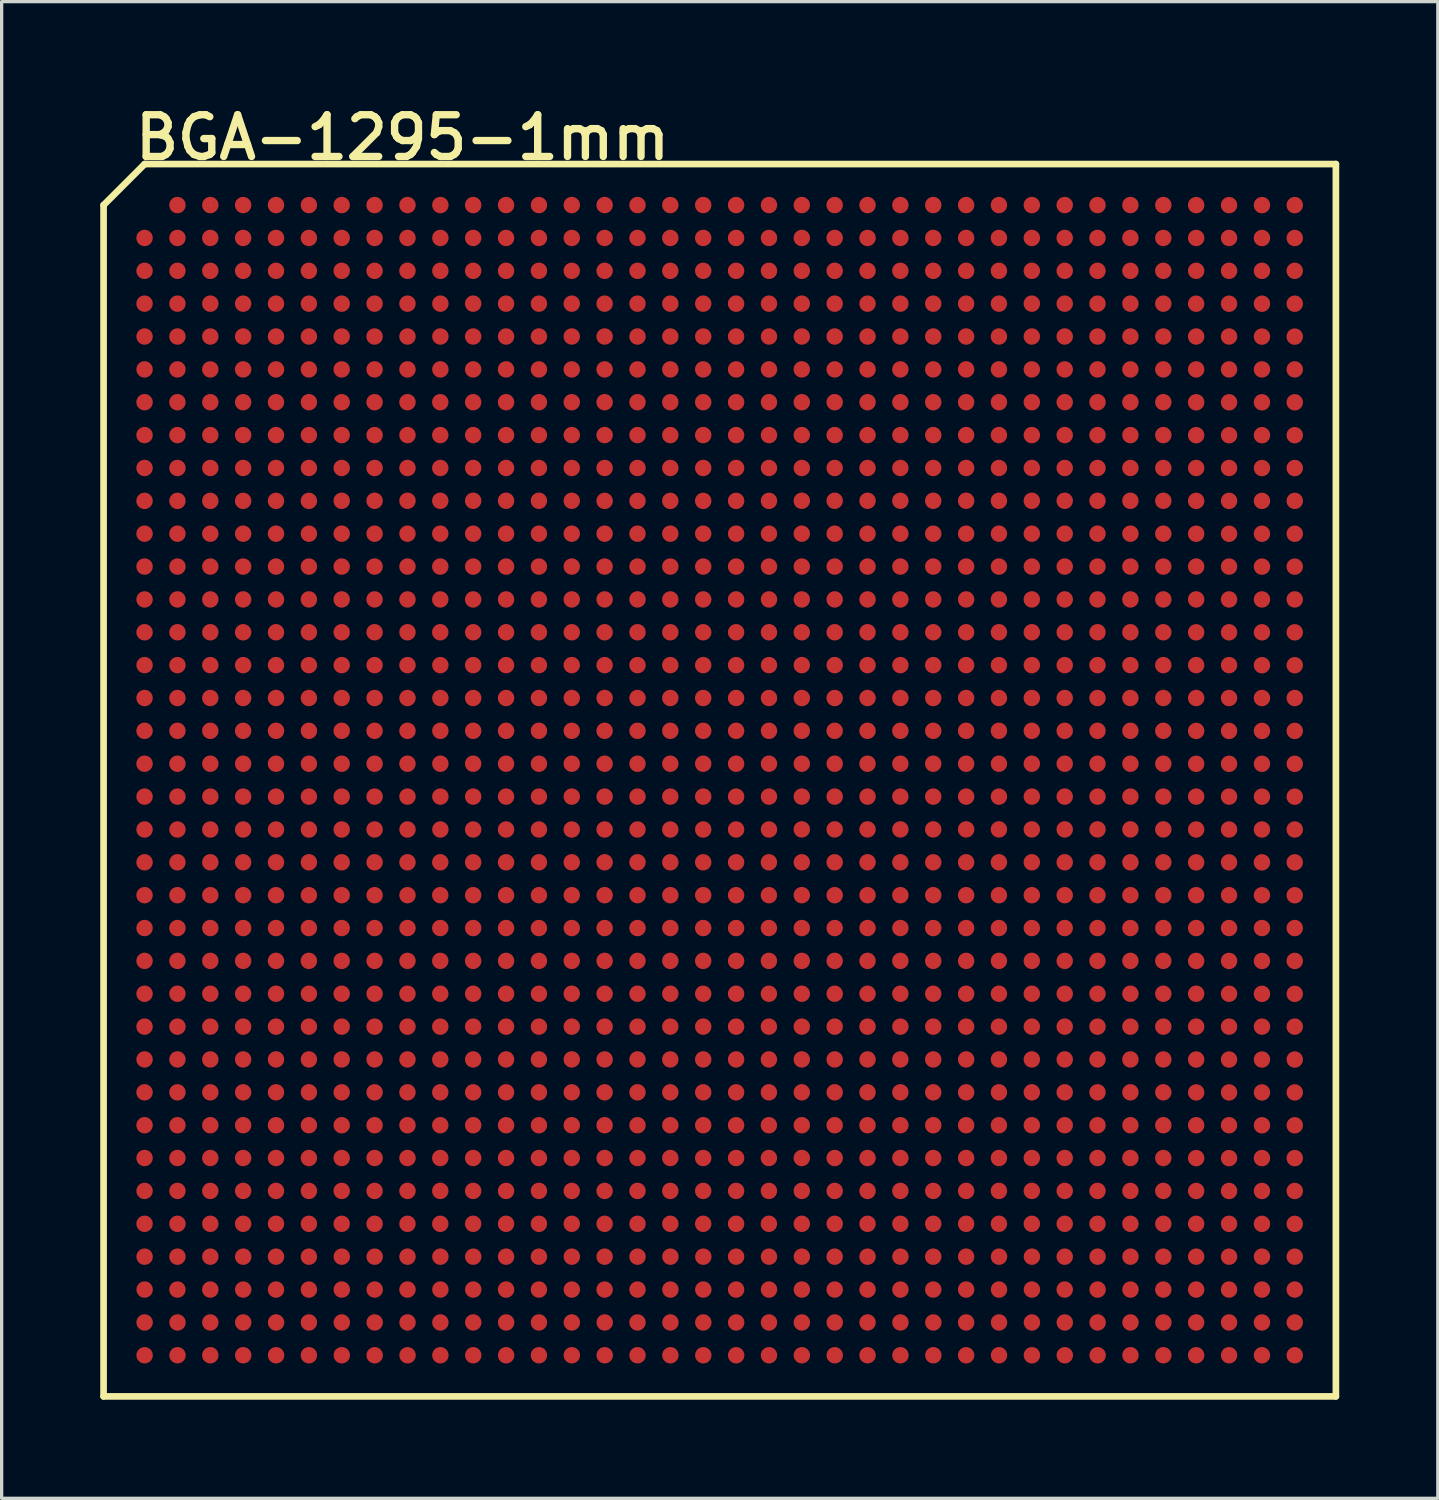
<source format=kicad_pcb>
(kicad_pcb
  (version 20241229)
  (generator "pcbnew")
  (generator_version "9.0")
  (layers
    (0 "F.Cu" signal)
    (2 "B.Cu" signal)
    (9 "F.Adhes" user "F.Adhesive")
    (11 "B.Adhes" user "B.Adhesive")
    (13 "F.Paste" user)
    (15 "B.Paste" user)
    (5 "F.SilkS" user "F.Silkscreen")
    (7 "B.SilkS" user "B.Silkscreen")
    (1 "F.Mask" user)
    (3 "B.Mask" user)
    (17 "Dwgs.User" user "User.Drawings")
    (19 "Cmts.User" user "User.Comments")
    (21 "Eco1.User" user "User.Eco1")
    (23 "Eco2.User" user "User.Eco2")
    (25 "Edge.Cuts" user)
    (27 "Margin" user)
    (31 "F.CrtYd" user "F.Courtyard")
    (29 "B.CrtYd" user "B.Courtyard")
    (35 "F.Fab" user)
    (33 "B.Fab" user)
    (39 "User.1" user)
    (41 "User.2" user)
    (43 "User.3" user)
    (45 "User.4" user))
  (footprint "BGA-1295-1mm"
    (layer "F.Cu")
    (at 18.852 20.693)
    (property "Reference" "BGA-1295-1mm" (at -9.652 -19.558 0) (layer "F.SilkS") (effects (font (size 1.27 1.27) (thickness 0.224))))
    (attr smd)
    (fp_line (start -18.75 -17.501) (end -17.501 -18.75) (stroke (width 0.203) (type solid)) (layer "F.SilkS"))
    (fp_line (start -18.75 18.75) (end -18.75 -17.501) (stroke (width 0.203) (type solid)) (layer "F.SilkS"))
    (fp_line (start -17.501 -18.75) (end 18.75 -18.75) (stroke (width 0.203) (type solid)) (layer "F.SilkS"))
    (fp_line (start -15.502 -17.503) (end -15.491 -17.503) (stroke (width 0.013) (type solid)) (layer "F.SilkS"))
    (fp_line (start 18.75 -18.75) (end 18.75 18.75) (stroke (width 0.203) (type solid)) (layer "F.SilkS"))
    (fp_line (start 18.75 18.75) (end -18.75 18.75) (stroke (width 0.203) (type solid)) (layer "F.SilkS"))
    (pad "A2" smd circle (at -16.502 -17.503) (size 0.5 0.5) (layers "F.Cu" "F.Mask" "F.Paste"))
    (pad "A3" smd circle (at -15.502 -17.503) (size 0.5 0.5) (layers "F.Cu" "F.Mask" "F.Paste"))
    (pad "A4" smd circle (at -14.503 -17.503) (size 0.5 0.5) (layers "F.Cu" "F.Mask" "F.Paste"))
    (pad "A5" smd circle (at -13.503 -17.503) (size 0.5 0.5) (layers "F.Cu" "F.Mask" "F.Paste"))
    (pad "A6" smd circle (at -12.502 -17.503) (size 0.5 0.5) (layers "F.Cu" "F.Mask" "F.Paste"))
    (pad "A7" smd circle (at -11.504 -17.503) (size 0.5 0.5) (layers "F.Cu" "F.Mask" "F.Paste"))
    (pad "A8" smd circle (at -10.503 -17.503) (size 0.5 0.5) (layers "F.Cu" "F.Mask" "F.Paste"))
    (pad "A9" smd circle (at -9.502 -17.503) (size 0.5 0.5) (layers "F.Cu" "F.Mask" "F.Paste"))
    (pad "A10" smd circle (at -8.501 -17.503) (size 0.5 0.5) (layers "F.Cu" "F.Mask" "F.Paste"))
    (pad "A11" smd circle (at -7.503 -17.503) (size 0.5 0.5) (layers "F.Cu" "F.Mask" "F.Paste"))
    (pad "A12" smd circle (at -6.502 -17.503) (size 0.5 0.5) (layers "F.Cu" "F.Mask" "F.Paste"))
    (pad "A13" smd circle (at -5.502 -17.503) (size 0.5 0.5) (layers "F.Cu" "F.Mask" "F.Paste"))
    (pad "A14" smd circle (at -4.503 -17.503) (size 0.5 0.5) (layers "F.Cu" "F.Mask" "F.Paste"))
    (pad "A15" smd circle (at -3.503 -17.503) (size 0.5 0.5) (layers "F.Cu" "F.Mask" "F.Paste"))
    (pad "A16" smd circle (at -2.502 -17.503) (size 0.5 0.5) (layers "F.Cu" "F.Mask" "F.Paste"))
    (pad "A17" smd circle (at -1.504 -17.503) (size 0.5 0.5) (layers "F.Cu" "F.Mask" "F.Paste"))
    (pad "A18" smd circle (at -0.503 -17.503) (size 0.5 0.5) (layers "F.Cu" "F.Mask" "F.Paste"))
    (pad "A19" smd circle (at 0.498 -17.503) (size 0.5 0.5) (layers "F.Cu" "F.Mask" "F.Paste"))
    (pad "A20" smd circle (at 1.499 -17.503) (size 0.5 0.5) (layers "F.Cu" "F.Mask" "F.Paste"))
    (pad "A21" smd circle (at 2.497 -17.503) (size 0.5 0.5) (layers "F.Cu" "F.Mask" "F.Paste"))
    (pad "A22" smd circle (at 3.498 -17.503) (size 0.5 0.5) (layers "F.Cu" "F.Mask" "F.Paste"))
    (pad "A23" smd circle (at 4.498 -17.503) (size 0.5 0.5) (layers "F.Cu" "F.Mask" "F.Paste"))
    (pad "A24" smd circle (at 5.497 -17.503) (size 0.5 0.5) (layers "F.Cu" "F.Mask" "F.Paste"))
    (pad "A25" smd circle (at 6.497 -17.503) (size 0.5 0.5) (layers "F.Cu" "F.Mask" "F.Paste"))
    (pad "A26" smd circle (at 7.498 -17.503) (size 0.5 0.5) (layers "F.Cu" "F.Mask" "F.Paste"))
    (pad "A27" smd circle (at 8.496 -17.503) (size 0.5 0.5) (layers "F.Cu" "F.Mask" "F.Paste"))
    (pad "A28" smd circle (at 9.497 -17.503) (size 0.5 0.5) (layers "F.Cu" "F.Mask" "F.Paste"))
    (pad "A29" smd circle (at 10.498 -17.503) (size 0.5 0.5) (layers "F.Cu" "F.Mask" "F.Paste"))
    (pad "A30" smd circle (at 11.496 -17.503) (size 0.5 0.5) (layers "F.Cu" "F.Mask" "F.Paste"))
    (pad "A31" smd circle (at 12.497 -17.503) (size 0.5 0.5) (layers "F.Cu" "F.Mask" "F.Paste"))
    (pad "A32" smd circle (at 13.498 -17.503) (size 0.5 0.5) (layers "F.Cu" "F.Mask" "F.Paste"))
    (pad "A33" smd circle (at 14.498 -17.501) (size 0.5 0.5) (layers "F.Cu" "F.Mask" "F.Paste"))
    (pad "A34" smd circle (at 15.499 -17.501) (size 0.5 0.5) (layers "F.Cu" "F.Mask" "F.Paste"))
    (pad "A35" smd circle (at 16.5 -17.501) (size 0.5 0.5) (layers "F.Cu" "F.Mask" "F.Paste"))
    (pad "A36" smd circle (at 17.498 -17.501) (size 0.5 0.5) (layers "F.Cu" "F.Mask" "F.Paste"))
    (pad "AA1" smd circle (at -17.503 2.497) (size 0.5 0.5) (layers "F.Cu" "F.Mask" "F.Paste"))
    (pad "AA2" smd circle (at -16.502 2.497) (size 0.5 0.5) (layers "F.Cu" "F.Mask" "F.Paste"))
    (pad "AA3" smd circle (at -15.502 2.497) (size 0.5 0.5) (layers "F.Cu" "F.Mask" "F.Paste"))
    (pad "AA4" smd circle (at -14.503 2.497) (size 0.5 0.5) (layers "F.Cu" "F.Mask" "F.Paste"))
    (pad "AA5" smd circle (at -13.503 2.497) (size 0.5 0.5) (layers "F.Cu" "F.Mask" "F.Paste"))
    (pad "AA6" smd circle (at -12.502 2.497) (size 0.5 0.5) (layers "F.Cu" "F.Mask" "F.Paste"))
    (pad "AA7" smd circle (at -11.504 2.497) (size 0.5 0.5) (layers "F.Cu" "F.Mask" "F.Paste"))
    (pad "AA8" smd circle (at -10.503 2.497) (size 0.5 0.5) (layers "F.Cu" "F.Mask" "F.Paste"))
    (pad "AA9" smd circle (at -9.502 2.497) (size 0.5 0.5) (layers "F.Cu" "F.Mask" "F.Paste"))
    (pad "AA10" smd circle (at -8.504 2.497) (size 0.5 0.5) (layers "F.Cu" "F.Mask" "F.Paste"))
    (pad "AA11" smd circle (at -7.503 2.497) (size 0.5 0.5) (layers "F.Cu" "F.Mask" "F.Paste"))
    (pad "AA12" smd circle (at -6.502 2.497) (size 0.5 0.5) (layers "F.Cu" "F.Mask" "F.Paste"))
    (pad "AA13" smd circle (at -5.502 2.497) (size 0.5 0.5) (layers "F.Cu" "F.Mask" "F.Paste"))
    (pad "AA14" smd circle (at -4.503 2.497) (size 0.5 0.5) (layers "F.Cu" "F.Mask" "F.Paste"))
    (pad "AA15" smd circle (at -3.503 2.497) (size 0.5 0.5) (layers "F.Cu" "F.Mask" "F.Paste"))
    (pad "AA16" smd circle (at -2.502 2.497) (size 0.5 0.5) (layers "F.Cu" "F.Mask" "F.Paste"))
    (pad "AA17" smd circle (at -1.504 2.497) (size 0.5 0.5) (layers "F.Cu" "F.Mask" "F.Paste"))
    (pad "AA18" smd circle (at -0.503 2.497) (size 0.5 0.5) (layers "F.Cu" "F.Mask" "F.Paste"))
    (pad "AA19" smd circle (at 0.498 2.497) (size 0.5 0.5) (layers "F.Cu" "F.Mask" "F.Paste"))
    (pad "AA20" smd circle (at 1.496 2.497) (size 0.5 0.5) (layers "F.Cu" "F.Mask" "F.Paste"))
    (pad "AA21" smd circle (at 2.497 2.497) (size 0.5 0.5) (layers "F.Cu" "F.Mask" "F.Paste"))
    (pad "AA22" smd circle (at 3.498 2.497) (size 0.5 0.5) (layers "F.Cu" "F.Mask" "F.Paste"))
    (pad "AA23" smd circle (at 4.498 2.497) (size 0.5 0.5) (layers "F.Cu" "F.Mask" "F.Paste"))
    (pad "AA24" smd circle (at 5.497 2.497) (size 0.5 0.5) (layers "F.Cu" "F.Mask" "F.Paste"))
    (pad "AA25" smd circle (at 6.497 2.497) (size 0.5 0.5) (layers "F.Cu" "F.Mask" "F.Paste"))
    (pad "AA26" smd circle (at 7.498 2.497) (size 0.5 0.5) (layers "F.Cu" "F.Mask" "F.Paste"))
    (pad "AA27" smd circle (at 8.496 2.497) (size 0.5 0.5) (layers "F.Cu" "F.Mask" "F.Paste"))
    (pad "AA28" smd circle (at 9.497 2.497) (size 0.5 0.5) (layers "F.Cu" "F.Mask" "F.Paste"))
    (pad "AA29" smd circle (at 10.498 2.497) (size 0.5 0.5) (layers "F.Cu" "F.Mask" "F.Paste"))
    (pad "AA30" smd circle (at 11.496 2.497) (size 0.5 0.5) (layers "F.Cu" "F.Mask" "F.Paste"))
    (pad "AA31" smd circle (at 12.497 2.497) (size 0.5 0.5) (layers "F.Cu" "F.Mask" "F.Paste"))
    (pad "AA32" smd circle (at 13.498 2.497) (size 0.5 0.5) (layers "F.Cu" "F.Mask" "F.Paste"))
    (pad "AA33" smd circle (at 14.498 2.499) (size 0.5 0.5) (layers "F.Cu" "F.Mask" "F.Paste"))
    (pad "AA34" smd circle (at 15.499 2.499) (size 0.5 0.5) (layers "F.Cu" "F.Mask" "F.Paste"))
    (pad "AA35" smd circle (at 16.5 2.499) (size 0.5 0.5) (layers "F.Cu" "F.Mask" "F.Paste"))
    (pad "AA36" smd circle (at 17.498 2.499) (size 0.5 0.5) (layers "F.Cu" "F.Mask" "F.Paste"))
    (pad "AB1" smd circle (at -17.503 3.498) (size 0.5 0.5) (layers "F.Cu" "F.Mask" "F.Paste"))
    (pad "AB2" smd circle (at -16.502 3.498) (size 0.5 0.5) (layers "F.Cu" "F.Mask" "F.Paste"))
    (pad "AB3" smd circle (at -15.502 3.498) (size 0.5 0.5) (layers "F.Cu" "F.Mask" "F.Paste"))
    (pad "AB4" smd circle (at -14.503 3.498) (size 0.5 0.5) (layers "F.Cu" "F.Mask" "F.Paste"))
    (pad "AB5" smd circle (at -13.503 3.498) (size 0.5 0.5) (layers "F.Cu" "F.Mask" "F.Paste"))
    (pad "AB6" smd circle (at -12.502 3.498) (size 0.5 0.5) (layers "F.Cu" "F.Mask" "F.Paste"))
    (pad "AB7" smd circle (at -11.504 3.498) (size 0.5 0.5) (layers "F.Cu" "F.Mask" "F.Paste"))
    (pad "AB8" smd circle (at -10.503 3.498) (size 0.5 0.5) (layers "F.Cu" "F.Mask" "F.Paste"))
    (pad "AB9" smd circle (at -9.502 3.498) (size 0.5 0.5) (layers "F.Cu" "F.Mask" "F.Paste"))
    (pad "AB10" smd circle (at -8.504 3.498) (size 0.5 0.5) (layers "F.Cu" "F.Mask" "F.Paste"))
    (pad "AB11" smd circle (at -7.503 3.498) (size 0.5 0.5) (layers "F.Cu" "F.Mask" "F.Paste"))
    (pad "AB12" smd circle (at -6.502 3.498) (size 0.5 0.5) (layers "F.Cu" "F.Mask" "F.Paste"))
    (pad "AB13" smd circle (at -5.502 3.498) (size 0.5 0.5) (layers "F.Cu" "F.Mask" "F.Paste"))
    (pad "AB14" smd circle (at -4.503 3.498) (size 0.5 0.5) (layers "F.Cu" "F.Mask" "F.Paste"))
    (pad "AB15" smd circle (at -3.503 3.498) (size 0.5 0.5) (layers "F.Cu" "F.Mask" "F.Paste"))
    (pad "AB16" smd circle (at -2.502 3.498) (size 0.5 0.5) (layers "F.Cu" "F.Mask" "F.Paste"))
    (pad "AB17" smd circle (at -1.504 3.498) (size 0.5 0.5) (layers "F.Cu" "F.Mask" "F.Paste"))
    (pad "AB18" smd circle (at -0.503 3.498) (size 0.5 0.5) (layers "F.Cu" "F.Mask" "F.Paste"))
    (pad "AB19" smd circle (at 0.498 3.498) (size 0.5 0.5) (layers "F.Cu" "F.Mask" "F.Paste"))
    (pad "AB20" smd circle (at 1.496 3.498) (size 0.5 0.5) (layers "F.Cu" "F.Mask" "F.Paste"))
    (pad "AB21" smd circle (at 2.497 3.498) (size 0.5 0.5) (layers "F.Cu" "F.Mask" "F.Paste"))
    (pad "AB22" smd circle (at 3.498 3.498) (size 0.5 0.5) (layers "F.Cu" "F.Mask" "F.Paste"))
    (pad "AB23" smd circle (at 4.498 3.498) (size 0.5 0.5) (layers "F.Cu" "F.Mask" "F.Paste"))
    (pad "AB24" smd circle (at 5.497 3.498) (size 0.5 0.5) (layers "F.Cu" "F.Mask" "F.Paste"))
    (pad "AB25" smd circle (at 6.497 3.498) (size 0.5 0.5) (layers "F.Cu" "F.Mask" "F.Paste"))
    (pad "AB26" smd circle (at 7.498 3.498) (size 0.5 0.5) (layers "F.Cu" "F.Mask" "F.Paste"))
    (pad "AB27" smd circle (at 8.496 3.498) (size 0.5 0.5) (layers "F.Cu" "F.Mask" "F.Paste"))
    (pad "AB28" smd circle (at 9.497 3.498) (size 0.5 0.5) (layers "F.Cu" "F.Mask" "F.Paste"))
    (pad "AB29" smd circle (at 10.498 3.498) (size 0.5 0.5) (layers "F.Cu" "F.Mask" "F.Paste"))
    (pad "AB30" smd circle (at 11.496 3.498) (size 0.5 0.5) (layers "F.Cu" "F.Mask" "F.Paste"))
    (pad "AB31" smd circle (at 12.497 3.498) (size 0.5 0.5) (layers "F.Cu" "F.Mask" "F.Paste"))
    (pad "AB32" smd circle (at 13.498 3.498) (size 0.5 0.5) (layers "F.Cu" "F.Mask" "F.Paste"))
    (pad "AB33" smd circle (at 14.498 3.498) (size 0.5 0.5) (layers "F.Cu" "F.Mask" "F.Paste"))
    (pad "AB34" smd circle (at 15.499 3.498) (size 0.5 0.5) (layers "F.Cu" "F.Mask" "F.Paste"))
    (pad "AB35" smd circle (at 16.5 3.5) (size 0.5 0.5) (layers "F.Cu" "F.Mask" "F.Paste"))
    (pad "AB36" smd circle (at 17.498 3.5) (size 0.5 0.5) (layers "F.Cu" "F.Mask" "F.Paste"))
    (pad "AC1" smd circle (at -17.503 4.498) (size 0.5 0.5) (layers "F.Cu" "F.Mask" "F.Paste"))
    (pad "AC2" smd circle (at -16.502 4.498) (size 0.5 0.5) (layers "F.Cu" "F.Mask" "F.Paste"))
    (pad "AC3" smd circle (at -15.502 4.498) (size 0.5 0.5) (layers "F.Cu" "F.Mask" "F.Paste"))
    (pad "AC4" smd circle (at -14.503 4.498) (size 0.5 0.5) (layers "F.Cu" "F.Mask" "F.Paste"))
    (pad "AC5" smd circle (at -13.503 4.498) (size 0.5 0.5) (layers "F.Cu" "F.Mask" "F.Paste"))
    (pad "AC6" smd circle (at -12.502 4.498) (size 0.5 0.5) (layers "F.Cu" "F.Mask" "F.Paste"))
    (pad "AC7" smd circle (at -11.504 4.498) (size 0.5 0.5) (layers "F.Cu" "F.Mask" "F.Paste"))
    (pad "AC8" smd circle (at -10.503 4.498) (size 0.5 0.5) (layers "F.Cu" "F.Mask" "F.Paste"))
    (pad "AC9" smd circle (at -9.502 4.498) (size 0.5 0.5) (layers "F.Cu" "F.Mask" "F.Paste"))
    (pad "AC10" smd circle (at -8.504 4.498) (size 0.5 0.5) (layers "F.Cu" "F.Mask" "F.Paste"))
    (pad "AC11" smd circle (at -7.503 4.498) (size 0.5 0.5) (layers "F.Cu" "F.Mask" "F.Paste"))
    (pad "AC12" smd circle (at -6.502 4.498) (size 0.5 0.5) (layers "F.Cu" "F.Mask" "F.Paste"))
    (pad "AC13" smd circle (at -5.502 4.498) (size 0.5 0.5) (layers "F.Cu" "F.Mask" "F.Paste"))
    (pad "AC14" smd circle (at -4.503 4.498) (size 0.5 0.5) (layers "F.Cu" "F.Mask" "F.Paste"))
    (pad "AC15" smd circle (at -3.503 4.498) (size 0.5 0.5) (layers "F.Cu" "F.Mask" "F.Paste"))
    (pad "AC16" smd circle (at -2.502 4.498) (size 0.5 0.5) (layers "F.Cu" "F.Mask" "F.Paste"))
    (pad "AC17" smd circle (at -1.504 4.498) (size 0.5 0.5) (layers "F.Cu" "F.Mask" "F.Paste"))
    (pad "AC18" smd circle (at -0.503 4.498) (size 0.5 0.5) (layers "F.Cu" "F.Mask" "F.Paste"))
    (pad "AC19" smd circle (at 0.498 4.498) (size 0.5 0.5) (layers "F.Cu" "F.Mask" "F.Paste"))
    (pad "AC20" smd circle (at 1.496 4.498) (size 0.5 0.5) (layers "F.Cu" "F.Mask" "F.Paste"))
    (pad "AC21" smd circle (at 2.497 4.498) (size 0.5 0.5) (layers "F.Cu" "F.Mask" "F.Paste"))
    (pad "AC22" smd circle (at 3.498 4.498) (size 0.5 0.5) (layers "F.Cu" "F.Mask" "F.Paste"))
    (pad "AC23" smd circle (at 4.498 4.498) (size 0.5 0.5) (layers "F.Cu" "F.Mask" "F.Paste"))
    (pad "AC24" smd circle (at 5.497 4.498) (size 0.5 0.5) (layers "F.Cu" "F.Mask" "F.Paste"))
    (pad "AC25" smd circle (at 6.497 4.498) (size 0.5 0.5) (layers "F.Cu" "F.Mask" "F.Paste"))
    (pad "AC26" smd circle (at 7.498 4.498) (size 0.5 0.5) (layers "F.Cu" "F.Mask" "F.Paste"))
    (pad "AC27" smd circle (at 8.496 4.498) (size 0.5 0.5) (layers "F.Cu" "F.Mask" "F.Paste"))
    (pad "AC28" smd circle (at 9.497 4.498) (size 0.5 0.5) (layers "F.Cu" "F.Mask" "F.Paste"))
    (pad "AC29" smd circle (at 10.498 4.498) (size 0.5 0.5) (layers "F.Cu" "F.Mask" "F.Paste"))
    (pad "AC30" smd circle (at 11.496 4.498) (size 0.5 0.5) (layers "F.Cu" "F.Mask" "F.Paste"))
    (pad "AC31" smd circle (at 12.497 4.498) (size 0.5 0.5) (layers "F.Cu" "F.Mask" "F.Paste"))
    (pad "AC32" smd circle (at 13.498 4.498) (size 0.5 0.5) (layers "F.Cu" "F.Mask" "F.Paste"))
    (pad "AC33" smd circle (at 14.498 4.498) (size 0.5 0.5) (layers "F.Cu" "F.Mask" "F.Paste"))
    (pad "AC34" smd circle (at 15.499 4.498) (size 0.5 0.5) (layers "F.Cu" "F.Mask" "F.Paste"))
    (pad "AC35" smd circle (at 16.5 4.498) (size 0.5 0.5) (layers "F.Cu" "F.Mask" "F.Paste"))
    (pad "AC36" smd circle (at 17.498 4.498) (size 0.5 0.5) (layers "F.Cu" "F.Mask" "F.Paste"))
    (pad "AD1" smd circle (at -17.503 5.497) (size 0.5 0.5) (layers "F.Cu" "F.Mask" "F.Paste"))
    (pad "AD2" smd circle (at -16.502 5.497) (size 0.5 0.5) (layers "F.Cu" "F.Mask" "F.Paste"))
    (pad "AD3" smd circle (at -15.502 5.497) (size 0.5 0.5) (layers "F.Cu" "F.Mask" "F.Paste"))
    (pad "AD4" smd circle (at -14.503 5.497) (size 0.5 0.5) (layers "F.Cu" "F.Mask" "F.Paste"))
    (pad "AD5" smd circle (at -13.503 5.497) (size 0.5 0.5) (layers "F.Cu" "F.Mask" "F.Paste"))
    (pad "AD6" smd circle (at -12.502 5.497) (size 0.5 0.5) (layers "F.Cu" "F.Mask" "F.Paste"))
    (pad "AD7" smd circle (at -11.504 5.497) (size 0.5 0.5) (layers "F.Cu" "F.Mask" "F.Paste"))
    (pad "AD8" smd circle (at -10.503 5.497) (size 0.5 0.5) (layers "F.Cu" "F.Mask" "F.Paste"))
    (pad "AD9" smd circle (at -9.502 5.497) (size 0.5 0.5) (layers "F.Cu" "F.Mask" "F.Paste"))
    (pad "AD10" smd circle (at -8.504 5.497) (size 0.5 0.5) (layers "F.Cu" "F.Mask" "F.Paste"))
    (pad "AD11" smd circle (at -7.503 5.497) (size 0.5 0.5) (layers "F.Cu" "F.Mask" "F.Paste"))
    (pad "AD12" smd circle (at -6.502 5.497) (size 0.5 0.5) (layers "F.Cu" "F.Mask" "F.Paste"))
    (pad "AD13" smd circle (at -5.502 5.497) (size 0.5 0.5) (layers "F.Cu" "F.Mask" "F.Paste"))
    (pad "AD14" smd circle (at -4.503 5.497) (size 0.5 0.5) (layers "F.Cu" "F.Mask" "F.Paste"))
    (pad "AD15" smd circle (at -3.503 5.497) (size 0.5 0.5) (layers "F.Cu" "F.Mask" "F.Paste"))
    (pad "AD16" smd circle (at -2.502 5.497) (size 0.5 0.5) (layers "F.Cu" "F.Mask" "F.Paste"))
    (pad "AD17" smd circle (at -1.504 5.497) (size 0.5 0.5) (layers "F.Cu" "F.Mask" "F.Paste"))
    (pad "AD18" smd circle (at -0.503 5.497) (size 0.5 0.5) (layers "F.Cu" "F.Mask" "F.Paste"))
    (pad "AD19" smd circle (at 0.498 5.497) (size 0.5 0.5) (layers "F.Cu" "F.Mask" "F.Paste"))
    (pad "AD20" smd circle (at 1.496 5.497) (size 0.5 0.5) (layers "F.Cu" "F.Mask" "F.Paste"))
    (pad "AD21" smd circle (at 2.497 5.497) (size 0.5 0.5) (layers "F.Cu" "F.Mask" "F.Paste"))
    (pad "AD22" smd circle (at 3.498 5.497) (size 0.5 0.5) (layers "F.Cu" "F.Mask" "F.Paste"))
    (pad "AD23" smd circle (at 4.498 5.497) (size 0.5 0.5) (layers "F.Cu" "F.Mask" "F.Paste"))
    (pad "AD24" smd circle (at 5.497 5.497) (size 0.5 0.5) (layers "F.Cu" "F.Mask" "F.Paste"))
    (pad "AD25" smd circle (at 6.497 5.497) (size 0.5 0.5) (layers "F.Cu" "F.Mask" "F.Paste"))
    (pad "AD26" smd circle (at 7.498 5.497) (size 0.5 0.5) (layers "F.Cu" "F.Mask" "F.Paste"))
    (pad "AD27" smd circle (at 8.496 5.497) (size 0.5 0.5) (layers "F.Cu" "F.Mask" "F.Paste"))
    (pad "AD28" smd circle (at 9.497 5.497) (size 0.5 0.5) (layers "F.Cu" "F.Mask" "F.Paste"))
    (pad "AD29" smd circle (at 10.498 5.497) (size 0.5 0.5) (layers "F.Cu" "F.Mask" "F.Paste"))
    (pad "AD30" smd circle (at 11.496 5.497) (size 0.5 0.5) (layers "F.Cu" "F.Mask" "F.Paste"))
    (pad "AD31" smd circle (at 12.497 5.497) (size 0.5 0.5) (layers "F.Cu" "F.Mask" "F.Paste"))
    (pad "AD32" smd circle (at 13.498 5.497) (size 0.5 0.5) (layers "F.Cu" "F.Mask" "F.Paste"))
    (pad "AD33" smd circle (at 14.498 5.499) (size 0.5 0.5) (layers "F.Cu" "F.Mask" "F.Paste"))
    (pad "AD34" smd circle (at 15.499 5.499) (size 0.5 0.5) (layers "F.Cu" "F.Mask" "F.Paste"))
    (pad "AD35" smd circle (at 16.5 5.499) (size 0.5 0.5) (layers "F.Cu" "F.Mask" "F.Paste"))
    (pad "AD36" smd circle (at 17.498 5.499) (size 0.5 0.5) (layers "F.Cu" "F.Mask" "F.Paste"))
    (pad "AE1" smd circle (at -17.503 6.497) (size 0.5 0.5) (layers "F.Cu" "F.Mask" "F.Paste"))
    (pad "AE2" smd circle (at -16.502 6.497) (size 0.5 0.5) (layers "F.Cu" "F.Mask" "F.Paste"))
    (pad "AE3" smd circle (at -15.502 6.497) (size 0.5 0.5) (layers "F.Cu" "F.Mask" "F.Paste"))
    (pad "AE4" smd circle (at -14.503 6.497) (size 0.5 0.5) (layers "F.Cu" "F.Mask" "F.Paste"))
    (pad "AE5" smd circle (at -13.503 6.497) (size 0.5 0.5) (layers "F.Cu" "F.Mask" "F.Paste"))
    (pad "AE6" smd circle (at -12.502 6.497) (size 0.5 0.5) (layers "F.Cu" "F.Mask" "F.Paste"))
    (pad "AE7" smd circle (at -11.504 6.497) (size 0.5 0.5) (layers "F.Cu" "F.Mask" "F.Paste"))
    (pad "AE8" smd circle (at -10.503 6.497) (size 0.5 0.5) (layers "F.Cu" "F.Mask" "F.Paste"))
    (pad "AE9" smd circle (at -9.502 6.497) (size 0.5 0.5) (layers "F.Cu" "F.Mask" "F.Paste"))
    (pad "AE10" smd circle (at -8.504 6.497) (size 0.5 0.5) (layers "F.Cu" "F.Mask" "F.Paste"))
    (pad "AE11" smd circle (at -7.503 6.497) (size 0.5 0.5) (layers "F.Cu" "F.Mask" "F.Paste"))
    (pad "AE12" smd circle (at -6.502 6.497) (size 0.5 0.5) (layers "F.Cu" "F.Mask" "F.Paste"))
    (pad "AE13" smd circle (at -5.502 6.497) (size 0.5 0.5) (layers "F.Cu" "F.Mask" "F.Paste"))
    (pad "AE14" smd circle (at -4.503 6.497) (size 0.5 0.5) (layers "F.Cu" "F.Mask" "F.Paste"))
    (pad "AE15" smd circle (at -3.503 6.497) (size 0.5 0.5) (layers "F.Cu" "F.Mask" "F.Paste"))
    (pad "AE16" smd circle (at -2.502 6.497) (size 0.5 0.5) (layers "F.Cu" "F.Mask" "F.Paste"))
    (pad "AE17" smd circle (at -1.504 6.497) (size 0.5 0.5) (layers "F.Cu" "F.Mask" "F.Paste"))
    (pad "AE18" smd circle (at -0.503 6.497) (size 0.5 0.5) (layers "F.Cu" "F.Mask" "F.Paste"))
    (pad "AE19" smd circle (at 0.498 6.497) (size 0.5 0.5) (layers "F.Cu" "F.Mask" "F.Paste"))
    (pad "AE20" smd circle (at 1.496 6.497) (size 0.5 0.5) (layers "F.Cu" "F.Mask" "F.Paste"))
    (pad "AE21" smd circle (at 2.497 6.497) (size 0.5 0.5) (layers "F.Cu" "F.Mask" "F.Paste"))
    (pad "AE22" smd circle (at 3.498 6.497) (size 0.5 0.5) (layers "F.Cu" "F.Mask" "F.Paste"))
    (pad "AE23" smd circle (at 4.498 6.497) (size 0.5 0.5) (layers "F.Cu" "F.Mask" "F.Paste"))
    (pad "AE24" smd circle (at 5.497 6.497) (size 0.5 0.5) (layers "F.Cu" "F.Mask" "F.Paste"))
    (pad "AE25" smd circle (at 6.497 6.497) (size 0.5 0.5) (layers "F.Cu" "F.Mask" "F.Paste"))
    (pad "AE26" smd circle (at 7.498 6.497) (size 0.5 0.5) (layers "F.Cu" "F.Mask" "F.Paste"))
    (pad "AE27" smd circle (at 8.496 6.497) (size 0.5 0.5) (layers "F.Cu" "F.Mask" "F.Paste"))
    (pad "AE28" smd circle (at 9.497 6.497) (size 0.5 0.5) (layers "F.Cu" "F.Mask" "F.Paste"))
    (pad "AE29" smd circle (at 10.498 6.497) (size 0.5 0.5) (layers "F.Cu" "F.Mask" "F.Paste"))
    (pad "AE30" smd circle (at 11.496 6.497) (size 0.5 0.5) (layers "F.Cu" "F.Mask" "F.Paste"))
    (pad "AE31" smd circle (at 12.497 6.497) (size 0.5 0.5) (layers "F.Cu" "F.Mask" "F.Paste"))
    (pad "AE32" smd circle (at 13.498 6.497) (size 0.5 0.5) (layers "F.Cu" "F.Mask" "F.Paste"))
    (pad "AE33" smd circle (at 14.498 6.497) (size 0.5 0.5) (layers "F.Cu" "F.Mask" "F.Paste"))
    (pad "AE34" smd circle (at 15.499 6.497) (size 0.5 0.5) (layers "F.Cu" "F.Mask" "F.Paste"))
    (pad "AE35" smd circle (at 16.5 6.5) (size 0.5 0.5) (layers "F.Cu" "F.Mask" "F.Paste"))
    (pad "AE36" smd circle (at 17.498 6.5) (size 0.5 0.5) (layers "F.Cu" "F.Mask" "F.Paste"))
    (pad "AF1" smd circle (at -17.503 7.498) (size 0.5 0.5) (layers "F.Cu" "F.Mask" "F.Paste"))
    (pad "AF2" smd circle (at -16.502 7.498) (size 0.5 0.5) (layers "F.Cu" "F.Mask" "F.Paste"))
    (pad "AF3" smd circle (at -15.502 7.498) (size 0.5 0.5) (layers "F.Cu" "F.Mask" "F.Paste"))
    (pad "AF4" smd circle (at -14.503 7.498) (size 0.5 0.5) (layers "F.Cu" "F.Mask" "F.Paste"))
    (pad "AF5" smd circle (at -13.503 7.498) (size 0.5 0.5) (layers "F.Cu" "F.Mask" "F.Paste"))
    (pad "AF6" smd circle (at -12.502 7.498) (size 0.5 0.5) (layers "F.Cu" "F.Mask" "F.Paste"))
    (pad "AF7" smd circle (at -11.504 7.498) (size 0.5 0.5) (layers "F.Cu" "F.Mask" "F.Paste"))
    (pad "AF8" smd circle (at -10.503 7.498) (size 0.5 0.5) (layers "F.Cu" "F.Mask" "F.Paste"))
    (pad "AF9" smd circle (at -9.502 7.498) (size 0.5 0.5) (layers "F.Cu" "F.Mask" "F.Paste"))
    (pad "AF10" smd circle (at -8.504 7.498) (size 0.5 0.5) (layers "F.Cu" "F.Mask" "F.Paste"))
    (pad "AF11" smd circle (at -7.503 7.498) (size 0.5 0.5) (layers "F.Cu" "F.Mask" "F.Paste"))
    (pad "AF12" smd circle (at -6.502 7.498) (size 0.5 0.5) (layers "F.Cu" "F.Mask" "F.Paste"))
    (pad "AF13" smd circle (at -5.502 7.498) (size 0.5 0.5) (layers "F.Cu" "F.Mask" "F.Paste"))
    (pad "AF14" smd circle (at -4.503 7.498) (size 0.5 0.5) (layers "F.Cu" "F.Mask" "F.Paste"))
    (pad "AF15" smd circle (at -3.503 7.498) (size 0.5 0.5) (layers "F.Cu" "F.Mask" "F.Paste"))
    (pad "AF16" smd circle (at -2.502 7.498) (size 0.5 0.5) (layers "F.Cu" "F.Mask" "F.Paste"))
    (pad "AF17" smd circle (at -1.504 7.498) (size 0.5 0.5) (layers "F.Cu" "F.Mask" "F.Paste"))
    (pad "AF18" smd circle (at -0.503 7.498) (size 0.5 0.5) (layers "F.Cu" "F.Mask" "F.Paste"))
    (pad "AF19" smd circle (at 0.498 7.498) (size 0.5 0.5) (layers "F.Cu" "F.Mask" "F.Paste"))
    (pad "AF20" smd circle (at 1.496 7.498) (size 0.5 0.5) (layers "F.Cu" "F.Mask" "F.Paste"))
    (pad "AF21" smd circle (at 2.497 7.498) (size 0.5 0.5) (layers "F.Cu" "F.Mask" "F.Paste"))
    (pad "AF22" smd circle (at 3.498 7.498) (size 0.5 0.5) (layers "F.Cu" "F.Mask" "F.Paste"))
    (pad "AF23" smd circle (at 4.498 7.498) (size 0.5 0.5) (layers "F.Cu" "F.Mask" "F.Paste"))
    (pad "AF24" smd circle (at 5.497 7.498) (size 0.5 0.5) (layers "F.Cu" "F.Mask" "F.Paste"))
    (pad "AF25" smd circle (at 6.497 7.498) (size 0.5 0.5) (layers "F.Cu" "F.Mask" "F.Paste"))
    (pad "AF26" smd circle (at 7.498 7.498) (size 0.5 0.5) (layers "F.Cu" "F.Mask" "F.Paste"))
    (pad "AF27" smd circle (at 8.496 7.498) (size 0.5 0.5) (layers "F.Cu" "F.Mask" "F.Paste"))
    (pad "AF28" smd circle (at 9.497 7.498) (size 0.5 0.5) (layers "F.Cu" "F.Mask" "F.Paste"))
    (pad "AF29" smd circle (at 10.498 7.498) (size 0.5 0.5) (layers "F.Cu" "F.Mask" "F.Paste"))
    (pad "AF30" smd circle (at 11.496 7.498) (size 0.5 0.5) (layers "F.Cu" "F.Mask" "F.Paste"))
    (pad "AF31" smd circle (at 12.497 7.498) (size 0.5 0.5) (layers "F.Cu" "F.Mask" "F.Paste"))
    (pad "AF32" smd circle (at 13.498 7.498) (size 0.5 0.5) (layers "F.Cu" "F.Mask" "F.Paste"))
    (pad "AF33" smd circle (at 14.498 7.498) (size 0.5 0.5) (layers "F.Cu" "F.Mask" "F.Paste"))
    (pad "AF34" smd circle (at 15.499 7.498) (size 0.5 0.5) (layers "F.Cu" "F.Mask" "F.Paste"))
    (pad "AF35" smd circle (at 16.5 7.498) (size 0.5 0.5) (layers "F.Cu" "F.Mask" "F.Paste"))
    (pad "AF36" smd circle (at 17.498 7.498) (size 0.5 0.5) (layers "F.Cu" "F.Mask" "F.Paste"))
    (pad "AG1" smd circle (at -17.503 8.496) (size 0.5 0.5) (layers "F.Cu" "F.Mask" "F.Paste"))
    (pad "AG2" smd circle (at -16.502 8.496) (size 0.5 0.5) (layers "F.Cu" "F.Mask" "F.Paste"))
    (pad "AG3" smd circle (at -15.502 8.496) (size 0.5 0.5) (layers "F.Cu" "F.Mask" "F.Paste"))
    (pad "AG4" smd circle (at -14.503 8.496) (size 0.5 0.5) (layers "F.Cu" "F.Mask" "F.Paste"))
    (pad "AG5" smd circle (at -13.503 8.496) (size 0.5 0.5) (layers "F.Cu" "F.Mask" "F.Paste"))
    (pad "AG6" smd circle (at -12.502 8.496) (size 0.5 0.5) (layers "F.Cu" "F.Mask" "F.Paste"))
    (pad "AG7" smd circle (at -11.504 8.496) (size 0.5 0.5) (layers "F.Cu" "F.Mask" "F.Paste"))
    (pad "AG8" smd circle (at -10.503 8.496) (size 0.5 0.5) (layers "F.Cu" "F.Mask" "F.Paste"))
    (pad "AG9" smd circle (at -9.502 8.496) (size 0.5 0.5) (layers "F.Cu" "F.Mask" "F.Paste"))
    (pad "AG10" smd circle (at -8.504 8.496) (size 0.5 0.5) (layers "F.Cu" "F.Mask" "F.Paste"))
    (pad "AG11" smd circle (at -7.503 8.496) (size 0.5 0.5) (layers "F.Cu" "F.Mask" "F.Paste"))
    (pad "AG12" smd circle (at -6.502 8.496) (size 0.5 0.5) (layers "F.Cu" "F.Mask" "F.Paste"))
    (pad "AG13" smd circle (at -5.502 8.496) (size 0.5 0.5) (layers "F.Cu" "F.Mask" "F.Paste"))
    (pad "AG14" smd circle (at -4.503 8.496) (size 0.5 0.5) (layers "F.Cu" "F.Mask" "F.Paste"))
    (pad "AG15" smd circle (at -3.503 8.496) (size 0.5 0.5) (layers "F.Cu" "F.Mask" "F.Paste"))
    (pad "AG16" smd circle (at -2.502 8.496) (size 0.5 0.5) (layers "F.Cu" "F.Mask" "F.Paste"))
    (pad "AG17" smd circle (at -1.504 8.496) (size 0.5 0.5) (layers "F.Cu" "F.Mask" "F.Paste"))
    (pad "AG18" smd circle (at -0.503 8.496) (size 0.5 0.5) (layers "F.Cu" "F.Mask" "F.Paste"))
    (pad "AG19" smd circle (at 0.498 8.496) (size 0.5 0.5) (layers "F.Cu" "F.Mask" "F.Paste"))
    (pad "AG20" smd circle (at 1.496 8.496) (size 0.5 0.5) (layers "F.Cu" "F.Mask" "F.Paste"))
    (pad "AG21" smd circle (at 2.497 8.496) (size 0.5 0.5) (layers "F.Cu" "F.Mask" "F.Paste"))
    (pad "AG22" smd circle (at 3.498 8.496) (size 0.5 0.5) (layers "F.Cu" "F.Mask" "F.Paste"))
    (pad "AG23" smd circle (at 4.498 8.496) (size 0.5 0.5) (layers "F.Cu" "F.Mask" "F.Paste"))
    (pad "AG24" smd circle (at 5.497 8.496) (size 0.5 0.5) (layers "F.Cu" "F.Mask" "F.Paste"))
    (pad "AG25" smd circle (at 6.497 8.496) (size 0.5 0.5) (layers "F.Cu" "F.Mask" "F.Paste"))
    (pad "AG26" smd circle (at 7.498 8.496) (size 0.5 0.5) (layers "F.Cu" "F.Mask" "F.Paste"))
    (pad "AG27" smd circle (at 8.496 8.496) (size 0.5 0.5) (layers "F.Cu" "F.Mask" "F.Paste"))
    (pad "AG28" smd circle (at 9.497 8.496) (size 0.5 0.5) (layers "F.Cu" "F.Mask" "F.Paste"))
    (pad "AG29" smd circle (at 10.498 8.496) (size 0.5 0.5) (layers "F.Cu" "F.Mask" "F.Paste"))
    (pad "AG30" smd circle (at 11.496 8.496) (size 0.5 0.5) (layers "F.Cu" "F.Mask" "F.Paste"))
    (pad "AG31" smd circle (at 12.497 8.496) (size 0.5 0.5) (layers "F.Cu" "F.Mask" "F.Paste"))
    (pad "AG32" smd circle (at 13.498 8.496) (size 0.5 0.5) (layers "F.Cu" "F.Mask" "F.Paste"))
    (pad "AG33" smd circle (at 14.498 8.499) (size 0.5 0.5) (layers "F.Cu" "F.Mask" "F.Paste"))
    (pad "AG34" smd circle (at 15.499 8.499) (size 0.5 0.5) (layers "F.Cu" "F.Mask" "F.Paste"))
    (pad "AG35" smd circle (at 16.5 8.499) (size 0.5 0.5) (layers "F.Cu" "F.Mask" "F.Paste"))
    (pad "AG36" smd circle (at 17.498 8.499) (size 0.5 0.5) (layers "F.Cu" "F.Mask" "F.Paste"))
    (pad "AH1" smd circle (at -17.503 9.497) (size 0.5 0.5) (layers "F.Cu" "F.Mask" "F.Paste"))
    (pad "AH2" smd circle (at -16.502 9.497) (size 0.5 0.5) (layers "F.Cu" "F.Mask" "F.Paste"))
    (pad "AH3" smd circle (at -15.502 9.497) (size 0.5 0.5) (layers "F.Cu" "F.Mask" "F.Paste"))
    (pad "AH4" smd circle (at -14.503 9.497) (size 0.5 0.5) (layers "F.Cu" "F.Mask" "F.Paste"))
    (pad "AH5" smd circle (at -13.503 9.497) (size 0.5 0.5) (layers "F.Cu" "F.Mask" "F.Paste"))
    (pad "AH6" smd circle (at -12.502 9.497) (size 0.5 0.5) (layers "F.Cu" "F.Mask" "F.Paste"))
    (pad "AH7" smd circle (at -11.504 9.497) (size 0.5 0.5) (layers "F.Cu" "F.Mask" "F.Paste"))
    (pad "AH8" smd circle (at -10.503 9.497) (size 0.5 0.5) (layers "F.Cu" "F.Mask" "F.Paste"))
    (pad "AH9" smd circle (at -9.502 9.497) (size 0.5 0.5) (layers "F.Cu" "F.Mask" "F.Paste"))
    (pad "AH10" smd circle (at -8.504 9.497) (size 0.5 0.5) (layers "F.Cu" "F.Mask" "F.Paste"))
    (pad "AH11" smd circle (at -7.503 9.497) (size 0.5 0.5) (layers "F.Cu" "F.Mask" "F.Paste"))
    (pad "AH12" smd circle (at -6.502 9.497) (size 0.5 0.5) (layers "F.Cu" "F.Mask" "F.Paste"))
    (pad "AH13" smd circle (at -5.502 9.497) (size 0.5 0.5) (layers "F.Cu" "F.Mask" "F.Paste"))
    (pad "AH14" smd circle (at -4.503 9.497) (size 0.5 0.5) (layers "F.Cu" "F.Mask" "F.Paste"))
    (pad "AH15" smd circle (at -3.503 9.497) (size 0.5 0.5) (layers "F.Cu" "F.Mask" "F.Paste"))
    (pad "AH16" smd circle (at -2.502 9.497) (size 0.5 0.5) (layers "F.Cu" "F.Mask" "F.Paste"))
    (pad "AH17" smd circle (at -1.504 9.497) (size 0.5 0.5) (layers "F.Cu" "F.Mask" "F.Paste"))
    (pad "AH18" smd circle (at -0.503 9.497) (size 0.5 0.5) (layers "F.Cu" "F.Mask" "F.Paste"))
    (pad "AH19" smd circle (at 0.498 9.497) (size 0.5 0.5) (layers "F.Cu" "F.Mask" "F.Paste"))
    (pad "AH20" smd circle (at 1.496 9.497) (size 0.5 0.5) (layers "F.Cu" "F.Mask" "F.Paste"))
    (pad "AH21" smd circle (at 2.497 9.497) (size 0.5 0.5) (layers "F.Cu" "F.Mask" "F.Paste"))
    (pad "AH22" smd circle (at 3.498 9.497) (size 0.5 0.5) (layers "F.Cu" "F.Mask" "F.Paste"))
    (pad "AH23" smd circle (at 4.498 9.497) (size 0.5 0.5) (layers "F.Cu" "F.Mask" "F.Paste"))
    (pad "AH24" smd circle (at 5.497 9.497) (size 0.5 0.5) (layers "F.Cu" "F.Mask" "F.Paste"))
    (pad "AH25" smd circle (at 6.497 9.497) (size 0.5 0.5) (layers "F.Cu" "F.Mask" "F.Paste"))
    (pad "AH26" smd circle (at 7.498 9.497) (size 0.5 0.5) (layers "F.Cu" "F.Mask" "F.Paste"))
    (pad "AH27" smd circle (at 8.496 9.497) (size 0.5 0.5) (layers "F.Cu" "F.Mask" "F.Paste"))
    (pad "AH28" smd circle (at 9.497 9.497) (size 0.5 0.5) (layers "F.Cu" "F.Mask" "F.Paste"))
    (pad "AH29" smd circle (at 10.498 9.497) (size 0.5 0.5) (layers "F.Cu" "F.Mask" "F.Paste"))
    (pad "AH30" smd circle (at 11.496 9.497) (size 0.5 0.5) (layers "F.Cu" "F.Mask" "F.Paste"))
    (pad "AH31" smd circle (at 12.497 9.497) (size 0.5 0.5) (layers "F.Cu" "F.Mask" "F.Paste"))
    (pad "AH32" smd circle (at 13.498 9.497) (size 0.5 0.5) (layers "F.Cu" "F.Mask" "F.Paste"))
    (pad "AH33" smd circle (at 14.498 9.5) (size 0.5 0.5) (layers "F.Cu" "F.Mask" "F.Paste"))
    (pad "AH34" smd circle (at 15.499 9.5) (size 0.5 0.5) (layers "F.Cu" "F.Mask" "F.Paste"))
    (pad "AH35" smd circle (at 16.5 9.5) (size 0.5 0.5) (layers "F.Cu" "F.Mask" "F.Paste"))
    (pad "AH36" smd circle (at 17.498 9.5) (size 0.5 0.5) (layers "F.Cu" "F.Mask" "F.Paste"))
    (pad "AJ1" smd circle (at -17.503 10.498) (size 0.5 0.5) (layers "F.Cu" "F.Mask" "F.Paste"))
    (pad "AJ2" smd circle (at -16.502 10.498) (size 0.5 0.5) (layers "F.Cu" "F.Mask" "F.Paste"))
    (pad "AJ3" smd circle (at -15.502 10.498) (size 0.5 0.5) (layers "F.Cu" "F.Mask" "F.Paste"))
    (pad "AJ4" smd circle (at -14.503 10.498) (size 0.5 0.5) (layers "F.Cu" "F.Mask" "F.Paste"))
    (pad "AJ5" smd circle (at -13.503 10.498) (size 0.5 0.5) (layers "F.Cu" "F.Mask" "F.Paste"))
    (pad "AJ6" smd circle (at -12.502 10.498) (size 0.5 0.5) (layers "F.Cu" "F.Mask" "F.Paste"))
    (pad "AJ7" smd circle (at -11.504 10.498) (size 0.5 0.5) (layers "F.Cu" "F.Mask" "F.Paste"))
    (pad "AJ8" smd circle (at -10.503 10.498) (size 0.5 0.5) (layers "F.Cu" "F.Mask" "F.Paste"))
    (pad "AJ9" smd circle (at -9.502 10.498) (size 0.5 0.5) (layers "F.Cu" "F.Mask" "F.Paste"))
    (pad "AJ10" smd circle (at -8.504 10.498) (size 0.5 0.5) (layers "F.Cu" "F.Mask" "F.Paste"))
    (pad "AJ11" smd circle (at -7.503 10.498) (size 0.5 0.5) (layers "F.Cu" "F.Mask" "F.Paste"))
    (pad "AJ12" smd circle (at -6.502 10.498) (size 0.5 0.5) (layers "F.Cu" "F.Mask" "F.Paste"))
    (pad "AJ13" smd circle (at -5.502 10.498) (size 0.5 0.5) (layers "F.Cu" "F.Mask" "F.Paste"))
    (pad "AJ14" smd circle (at -4.503 10.498) (size 0.5 0.5) (layers "F.Cu" "F.Mask" "F.Paste"))
    (pad "AJ15" smd circle (at -3.503 10.498) (size 0.5 0.5) (layers "F.Cu" "F.Mask" "F.Paste"))
    (pad "AJ16" smd circle (at -2.502 10.498) (size 0.5 0.5) (layers "F.Cu" "F.Mask" "F.Paste"))
    (pad "AJ17" smd circle (at -1.504 10.498) (size 0.5 0.5) (layers "F.Cu" "F.Mask" "F.Paste"))
    (pad "AJ18" smd circle (at -0.503 10.498) (size 0.5 0.5) (layers "F.Cu" "F.Mask" "F.Paste"))
    (pad "AJ19" smd circle (at 0.498 10.498) (size 0.5 0.5) (layers "F.Cu" "F.Mask" "F.Paste"))
    (pad "AJ20" smd circle (at 1.496 10.498) (size 0.5 0.5) (layers "F.Cu" "F.Mask" "F.Paste"))
    (pad "AJ21" smd circle (at 2.497 10.498) (size 0.5 0.5) (layers "F.Cu" "F.Mask" "F.Paste"))
    (pad "AJ22" smd circle (at 3.498 10.498) (size 0.5 0.5) (layers "F.Cu" "F.Mask" "F.Paste"))
    (pad "AJ23" smd circle (at 4.498 10.498) (size 0.5 0.5) (layers "F.Cu" "F.Mask" "F.Paste"))
    (pad "AJ24" smd circle (at 5.497 10.498) (size 0.5 0.5) (layers "F.Cu" "F.Mask" "F.Paste"))
    (pad "AJ25" smd circle (at 6.497 10.498) (size 0.5 0.5) (layers "F.Cu" "F.Mask" "F.Paste"))
    (pad "AJ26" smd circle (at 7.498 10.498) (size 0.5 0.5) (layers "F.Cu" "F.Mask" "F.Paste"))
    (pad "AJ27" smd circle (at 8.496 10.498) (size 0.5 0.5) (layers "F.Cu" "F.Mask" "F.Paste"))
    (pad "AJ28" smd circle (at 9.497 10.498) (size 0.5 0.5) (layers "F.Cu" "F.Mask" "F.Paste"))
    (pad "AJ29" smd circle (at 10.498 10.498) (size 0.5 0.5) (layers "F.Cu" "F.Mask" "F.Paste"))
    (pad "AJ30" smd circle (at 11.496 10.498) (size 0.5 0.5) (layers "F.Cu" "F.Mask" "F.Paste"))
    (pad "AJ31" smd circle (at 12.497 10.498) (size 0.5 0.5) (layers "F.Cu" "F.Mask" "F.Paste"))
    (pad "AJ32" smd circle (at 13.498 10.498) (size 0.5 0.5) (layers "F.Cu" "F.Mask" "F.Paste"))
    (pad "AJ33" smd circle (at 14.498 10.498) (size 0.5 0.5) (layers "F.Cu" "F.Mask" "F.Paste"))
    (pad "AJ34" smd circle (at 15.499 10.498) (size 0.5 0.5) (layers "F.Cu" "F.Mask" "F.Paste"))
    (pad "AJ35" smd circle (at 16.5 10.5) (size 0.5 0.5) (layers "F.Cu" "F.Mask" "F.Paste"))
    (pad "AJ36" smd circle (at 17.498 10.5) (size 0.5 0.5) (layers "F.Cu" "F.Mask" "F.Paste"))
    (pad "AK1" smd circle (at -17.503 11.496) (size 0.5 0.5) (layers "F.Cu" "F.Mask" "F.Paste"))
    (pad "AK2" smd circle (at -16.502 11.496) (size 0.5 0.5) (layers "F.Cu" "F.Mask" "F.Paste"))
    (pad "AK3" smd circle (at -15.502 11.496) (size 0.5 0.5) (layers "F.Cu" "F.Mask" "F.Paste"))
    (pad "AK4" smd circle (at -14.503 11.496) (size 0.5 0.5) (layers "F.Cu" "F.Mask" "F.Paste"))
    (pad "AK5" smd circle (at -13.503 11.496) (size 0.5 0.5) (layers "F.Cu" "F.Mask" "F.Paste"))
    (pad "AK6" smd circle (at -12.502 11.496) (size 0.5 0.5) (layers "F.Cu" "F.Mask" "F.Paste"))
    (pad "AK7" smd circle (at -11.504 11.496) (size 0.5 0.5) (layers "F.Cu" "F.Mask" "F.Paste"))
    (pad "AK8" smd circle (at -10.503 11.496) (size 0.5 0.5) (layers "F.Cu" "F.Mask" "F.Paste"))
    (pad "AK9" smd circle (at -9.502 11.496) (size 0.5 0.5) (layers "F.Cu" "F.Mask" "F.Paste"))
    (pad "AK10" smd circle (at -8.504 11.496) (size 0.5 0.5) (layers "F.Cu" "F.Mask" "F.Paste"))
    (pad "AK11" smd circle (at -7.503 11.496) (size 0.5 0.5) (layers "F.Cu" "F.Mask" "F.Paste"))
    (pad "AK12" smd circle (at -6.502 11.496) (size 0.5 0.5) (layers "F.Cu" "F.Mask" "F.Paste"))
    (pad "AK13" smd circle (at -5.502 11.496) (size 0.5 0.5) (layers "F.Cu" "F.Mask" "F.Paste"))
    (pad "AK14" smd circle (at -4.503 11.496) (size 0.5 0.5) (layers "F.Cu" "F.Mask" "F.Paste"))
    (pad "AK15" smd circle (at -3.503 11.496) (size 0.5 0.5) (layers "F.Cu" "F.Mask" "F.Paste"))
    (pad "AK16" smd circle (at -2.502 11.496) (size 0.5 0.5) (layers "F.Cu" "F.Mask" "F.Paste"))
    (pad "AK17" smd circle (at -1.504 11.496) (size 0.5 0.5) (layers "F.Cu" "F.Mask" "F.Paste"))
    (pad "AK18" smd circle (at -0.503 11.496) (size 0.5 0.5) (layers "F.Cu" "F.Mask" "F.Paste"))
    (pad "AK19" smd circle (at 0.498 11.496) (size 0.5 0.5) (layers "F.Cu" "F.Mask" "F.Paste"))
    (pad "AK20" smd circle (at 1.496 11.496) (size 0.5 0.5) (layers "F.Cu" "F.Mask" "F.Paste"))
    (pad "AK21" smd circle (at 2.497 11.496) (size 0.5 0.5) (layers "F.Cu" "F.Mask" "F.Paste"))
    (pad "AK22" smd circle (at 3.498 11.496) (size 0.5 0.5) (layers "F.Cu" "F.Mask" "F.Paste"))
    (pad "AK23" smd circle (at 4.498 11.496) (size 0.5 0.5) (layers "F.Cu" "F.Mask" "F.Paste"))
    (pad "AK24" smd circle (at 5.497 11.496) (size 0.5 0.5) (layers "F.Cu" "F.Mask" "F.Paste"))
    (pad "AK25" smd circle (at 6.497 11.496) (size 0.5 0.5) (layers "F.Cu" "F.Mask" "F.Paste"))
    (pad "AK26" smd circle (at 7.498 11.496) (size 0.5 0.5) (layers "F.Cu" "F.Mask" "F.Paste"))
    (pad "AK27" smd circle (at 8.496 11.496) (size 0.5 0.5) (layers "F.Cu" "F.Mask" "F.Paste"))
    (pad "AK28" smd circle (at 9.497 11.496) (size 0.5 0.5) (layers "F.Cu" "F.Mask" "F.Paste"))
    (pad "AK29" smd circle (at 10.498 11.496) (size 0.5 0.5) (layers "F.Cu" "F.Mask" "F.Paste"))
    (pad "AK30" smd circle (at 11.496 11.496) (size 0.5 0.5) (layers "F.Cu" "F.Mask" "F.Paste"))
    (pad "AK31" smd circle (at 12.497 11.496) (size 0.5 0.5) (layers "F.Cu" "F.Mask" "F.Paste"))
    (pad "AK32" smd circle (at 13.498 11.496) (size 0.5 0.5) (layers "F.Cu" "F.Mask" "F.Paste"))
    (pad "AK33" smd circle (at 14.498 11.499) (size 0.5 0.5) (layers "F.Cu" "F.Mask" "F.Paste"))
    (pad "AK34" smd circle (at 15.499 11.499) (size 0.5 0.5) (layers "F.Cu" "F.Mask" "F.Paste"))
    (pad "AK35" smd circle (at 16.5 11.499) (size 0.5 0.5) (layers "F.Cu" "F.Mask" "F.Paste"))
    (pad "AK36" smd circle (at 17.498 11.499) (size 0.5 0.5) (layers "F.Cu" "F.Mask" "F.Paste"))
    (pad "AL1" smd circle (at -17.503 12.497) (size 0.5 0.5) (layers "F.Cu" "F.Mask" "F.Paste"))
    (pad "AL2" smd circle (at -16.502 12.497) (size 0.5 0.5) (layers "F.Cu" "F.Mask" "F.Paste"))
    (pad "AL3" smd circle (at -15.502 12.497) (size 0.5 0.5) (layers "F.Cu" "F.Mask" "F.Paste"))
    (pad "AL4" smd circle (at -14.503 12.497) (size 0.5 0.5) (layers "F.Cu" "F.Mask" "F.Paste"))
    (pad "AL5" smd circle (at -13.503 12.497) (size 0.5 0.5) (layers "F.Cu" "F.Mask" "F.Paste"))
    (pad "AL6" smd circle (at -12.502 12.497) (size 0.5 0.5) (layers "F.Cu" "F.Mask" "F.Paste"))
    (pad "AL7" smd circle (at -11.504 12.497) (size 0.5 0.5) (layers "F.Cu" "F.Mask" "F.Paste"))
    (pad "AL8" smd circle (at -10.503 12.497) (size 0.5 0.5) (layers "F.Cu" "F.Mask" "F.Paste"))
    (pad "AL9" smd circle (at -9.502 12.497) (size 0.5 0.5) (layers "F.Cu" "F.Mask" "F.Paste"))
    (pad "AL10" smd circle (at -8.504 12.497) (size 0.5 0.5) (layers "F.Cu" "F.Mask" "F.Paste"))
    (pad "AL11" smd circle (at -7.503 12.497) (size 0.5 0.5) (layers "F.Cu" "F.Mask" "F.Paste"))
    (pad "AL12" smd circle (at -6.502 12.497) (size 0.5 0.5) (layers "F.Cu" "F.Mask" "F.Paste"))
    (pad "AL13" smd circle (at -5.502 12.497) (size 0.5 0.5) (layers "F.Cu" "F.Mask" "F.Paste"))
    (pad "AL14" smd circle (at -4.503 12.497) (size 0.5 0.5) (layers "F.Cu" "F.Mask" "F.Paste"))
    (pad "AL15" smd circle (at -3.503 12.497) (size 0.5 0.5) (layers "F.Cu" "F.Mask" "F.Paste"))
    (pad "AL16" smd circle (at -2.502 12.497) (size 0.5 0.5) (layers "F.Cu" "F.Mask" "F.Paste"))
    (pad "AL17" smd circle (at -1.504 12.497) (size 0.5 0.5) (layers "F.Cu" "F.Mask" "F.Paste"))
    (pad "AL18" smd circle (at -0.503 12.497) (size 0.5 0.5) (layers "F.Cu" "F.Mask" "F.Paste"))
    (pad "AL19" smd circle (at 0.498 12.497) (size 0.5 0.5) (layers "F.Cu" "F.Mask" "F.Paste"))
    (pad "AL20" smd circle (at 1.496 12.497) (size 0.5 0.5) (layers "F.Cu" "F.Mask" "F.Paste"))
    (pad "AL21" smd circle (at 2.497 12.497) (size 0.5 0.5) (layers "F.Cu" "F.Mask" "F.Paste"))
    (pad "AL22" smd circle (at 3.498 12.497) (size 0.5 0.5) (layers "F.Cu" "F.Mask" "F.Paste"))
    (pad "AL23" smd circle (at 4.498 12.497) (size 0.5 0.5) (layers "F.Cu" "F.Mask" "F.Paste"))
    (pad "AL24" smd circle (at 5.497 12.497) (size 0.5 0.5) (layers "F.Cu" "F.Mask" "F.Paste"))
    (pad "AL25" smd circle (at 6.497 12.497) (size 0.5 0.5) (layers "F.Cu" "F.Mask" "F.Paste"))
    (pad "AL26" smd circle (at 7.498 12.497) (size 0.5 0.5) (layers "F.Cu" "F.Mask" "F.Paste"))
    (pad "AL27" smd circle (at 8.496 12.497) (size 0.5 0.5) (layers "F.Cu" "F.Mask" "F.Paste"))
    (pad "AL28" smd circle (at 9.497 12.497) (size 0.5 0.5) (layers "F.Cu" "F.Mask" "F.Paste"))
    (pad "AL29" smd circle (at 10.498 12.497) (size 0.5 0.5) (layers "F.Cu" "F.Mask" "F.Paste"))
    (pad "AL30" smd circle (at 11.496 12.497) (size 0.5 0.5) (layers "F.Cu" "F.Mask" "F.Paste"))
    (pad "AL31" smd circle (at 12.497 12.497) (size 0.5 0.5) (layers "F.Cu" "F.Mask" "F.Paste"))
    (pad "AL32" smd circle (at 13.498 12.497) (size 0.5 0.5) (layers "F.Cu" "F.Mask" "F.Paste"))
    (pad "AL33" smd circle (at 14.498 12.499) (size 0.5 0.5) (layers "F.Cu" "F.Mask" "F.Paste"))
    (pad "AL34" smd circle (at 15.499 12.499) (size 0.5 0.5) (layers "F.Cu" "F.Mask" "F.Paste"))
    (pad "AL35" smd circle (at 16.5 12.499) (size 0.5 0.5) (layers "F.Cu" "F.Mask" "F.Paste"))
    (pad "AL36" smd circle (at 17.498 12.499) (size 0.5 0.5) (layers "F.Cu" "F.Mask" "F.Paste"))
    (pad "AM1" smd circle (at -17.503 13.498) (size 0.5 0.5) (layers "F.Cu" "F.Mask" "F.Paste"))
    (pad "AM2" smd circle (at -16.502 13.498) (size 0.5 0.5) (layers "F.Cu" "F.Mask" "F.Paste"))
    (pad "AM3" smd circle (at -15.502 13.498) (size 0.5 0.5) (layers "F.Cu" "F.Mask" "F.Paste"))
    (pad "AM4" smd circle (at -14.503 13.498) (size 0.5 0.5) (layers "F.Cu" "F.Mask" "F.Paste"))
    (pad "AM5" smd circle (at -13.503 13.498) (size 0.5 0.5) (layers "F.Cu" "F.Mask" "F.Paste"))
    (pad "AM6" smd circle (at -12.502 13.498) (size 0.5 0.5) (layers "F.Cu" "F.Mask" "F.Paste"))
    (pad "AM7" smd circle (at -11.504 13.498) (size 0.5 0.5) (layers "F.Cu" "F.Mask" "F.Paste"))
    (pad "AM8" smd circle (at -10.503 13.498) (size 0.5 0.5) (layers "F.Cu" "F.Mask" "F.Paste"))
    (pad "AM9" smd circle (at -9.502 13.498) (size 0.5 0.5) (layers "F.Cu" "F.Mask" "F.Paste"))
    (pad "AM10" smd circle (at -8.504 13.498) (size 0.5 0.5) (layers "F.Cu" "F.Mask" "F.Paste"))
    (pad "AM11" smd circle (at -7.503 13.498) (size 0.5 0.5) (layers "F.Cu" "F.Mask" "F.Paste"))
    (pad "AM12" smd circle (at -6.502 13.498) (size 0.5 0.5) (layers "F.Cu" "F.Mask" "F.Paste"))
    (pad "AM13" smd circle (at -5.502 13.498) (size 0.5 0.5) (layers "F.Cu" "F.Mask" "F.Paste"))
    (pad "AM14" smd circle (at -4.503 13.498) (size 0.5 0.5) (layers "F.Cu" "F.Mask" "F.Paste"))
    (pad "AM15" smd circle (at -3.503 13.498) (size 0.5 0.5) (layers "F.Cu" "F.Mask" "F.Paste"))
    (pad "AM16" smd circle (at -2.502 13.498) (size 0.5 0.5) (layers "F.Cu" "F.Mask" "F.Paste"))
    (pad "AM17" smd circle (at -1.504 13.498) (size 0.5 0.5) (layers "F.Cu" "F.Mask" "F.Paste"))
    (pad "AM18" smd circle (at -0.503 13.498) (size 0.5 0.5) (layers "F.Cu" "F.Mask" "F.Paste"))
    (pad "AM19" smd circle (at 0.498 13.498) (size 0.5 0.5) (layers "F.Cu" "F.Mask" "F.Paste"))
    (pad "AM20" smd circle (at 1.496 13.498) (size 0.5 0.5) (layers "F.Cu" "F.Mask" "F.Paste"))
    (pad "AM21" smd circle (at 2.497 13.498) (size 0.5 0.5) (layers "F.Cu" "F.Mask" "F.Paste"))
    (pad "AM22" smd circle (at 3.498 13.498) (size 0.5 0.5) (layers "F.Cu" "F.Mask" "F.Paste"))
    (pad "AM23" smd circle (at 4.498 13.498) (size 0.5 0.5) (layers "F.Cu" "F.Mask" "F.Paste"))
    (pad "AM24" smd circle (at 5.497 13.498) (size 0.5 0.5) (layers "F.Cu" "F.Mask" "F.Paste"))
    (pad "AM25" smd circle (at 6.497 13.498) (size 0.5 0.5) (layers "F.Cu" "F.Mask" "F.Paste"))
    (pad "AM26" smd circle (at 7.498 13.498) (size 0.5 0.5) (layers "F.Cu" "F.Mask" "F.Paste"))
    (pad "AM27" smd circle (at 8.496 13.498) (size 0.5 0.5) (layers "F.Cu" "F.Mask" "F.Paste"))
    (pad "AM28" smd circle (at 9.497 13.498) (size 0.5 0.5) (layers "F.Cu" "F.Mask" "F.Paste"))
    (pad "AM29" smd circle (at 10.498 13.498) (size 0.5 0.5) (layers "F.Cu" "F.Mask" "F.Paste"))
    (pad "AM30" smd circle (at 11.496 13.498) (size 0.5 0.5) (layers "F.Cu" "F.Mask" "F.Paste"))
    (pad "AM31" smd circle (at 12.497 13.498) (size 0.5 0.5) (layers "F.Cu" "F.Mask" "F.Paste"))
    (pad "AM32" smd circle (at 13.498 13.498) (size 0.5 0.5) (layers "F.Cu" "F.Mask" "F.Paste"))
    (pad "AM33" smd circle (at 14.498 13.498) (size 0.5 0.5) (layers "F.Cu" "F.Mask" "F.Paste"))
    (pad "AM34" smd circle (at 15.499 13.498) (size 0.5 0.5) (layers "F.Cu" "F.Mask" "F.Paste"))
    (pad "AM35" smd circle (at 16.5 13.5) (size 0.5 0.5) (layers "F.Cu" "F.Mask" "F.Paste"))
    (pad "AM36" smd circle (at 17.498 13.5) (size 0.5 0.5) (layers "F.Cu" "F.Mask" "F.Paste"))
    (pad "AN1" smd circle (at -17.501 14.498) (size 0.5 0.5) (layers "F.Cu" "F.Mask" "F.Paste"))
    (pad "AN2" smd circle (at -16.502 14.498) (size 0.5 0.5) (layers "F.Cu" "F.Mask" "F.Paste"))
    (pad "AN3" smd circle (at -15.502 14.498) (size 0.5 0.5) (layers "F.Cu" "F.Mask" "F.Paste"))
    (pad "AN4" smd circle (at -14.501 14.498) (size 0.5 0.5) (layers "F.Cu" "F.Mask" "F.Paste"))
    (pad "AN5" smd circle (at -13.503 14.498) (size 0.5 0.5) (layers "F.Cu" "F.Mask" "F.Paste"))
    (pad "AN6" smd circle (at -12.502 14.498) (size 0.5 0.5) (layers "F.Cu" "F.Mask" "F.Paste"))
    (pad "AN7" smd circle (at -11.501 14.498) (size 0.5 0.5) (layers "F.Cu" "F.Mask" "F.Paste"))
    (pad "AN8" smd circle (at -10.5 14.498) (size 0.5 0.5) (layers "F.Cu" "F.Mask" "F.Paste"))
    (pad "AN9" smd circle (at -9.502 14.498) (size 0.5 0.5) (layers "F.Cu" "F.Mask" "F.Paste"))
    (pad "AN10" smd circle (at -8.501 14.498) (size 0.5 0.5) (layers "F.Cu" "F.Mask" "F.Paste"))
    (pad "AN11" smd circle (at -7.501 14.498) (size 0.5 0.5) (layers "F.Cu" "F.Mask" "F.Paste"))
    (pad "AN12" smd circle (at -6.502 14.498) (size 0.5 0.5) (layers "F.Cu" "F.Mask" "F.Paste"))
    (pad "AN13" smd circle (at -5.502 14.498) (size 0.5 0.5) (layers "F.Cu" "F.Mask" "F.Paste"))
    (pad "AN14" smd circle (at -4.501 14.498) (size 0.5 0.5) (layers "F.Cu" "F.Mask" "F.Paste"))
    (pad "AN15" smd circle (at -3.503 14.498) (size 0.5 0.5) (layers "F.Cu" "F.Mask" "F.Paste"))
    (pad "AN16" smd circle (at -2.502 14.498) (size 0.5 0.5) (layers "F.Cu" "F.Mask" "F.Paste"))
    (pad "AN17" smd circle (at -1.501 14.498) (size 0.5 0.5) (layers "F.Cu" "F.Mask" "F.Paste"))
    (pad "AN18" smd circle (at -0.5 14.498) (size 0.5 0.5) (layers "F.Cu" "F.Mask" "F.Paste"))
    (pad "AN19" smd circle (at 0.498 14.498) (size 0.5 0.5) (layers "F.Cu" "F.Mask" "F.Paste"))
    (pad "AN20" smd circle (at 1.499 14.498) (size 0.5 0.5) (layers "F.Cu" "F.Mask" "F.Paste"))
    (pad "AN21" smd circle (at 2.499 14.498) (size 0.5 0.5) (layers "F.Cu" "F.Mask" "F.Paste"))
    (pad "AN22" smd circle (at 3.498 14.498) (size 0.5 0.5) (layers "F.Cu" "F.Mask" "F.Paste"))
    (pad "AN23" smd circle (at 4.498 14.498) (size 0.5 0.5) (layers "F.Cu" "F.Mask" "F.Paste"))
    (pad "AN24" smd circle (at 5.499 14.498) (size 0.5 0.5) (layers "F.Cu" "F.Mask" "F.Paste"))
    (pad "AN25" smd circle (at 6.497 14.498) (size 0.5 0.5) (layers "F.Cu" "F.Mask" "F.Paste"))
    (pad "AN26" smd circle (at 7.498 14.498) (size 0.5 0.5) (layers "F.Cu" "F.Mask" "F.Paste"))
    (pad "AN27" smd circle (at 8.499 14.498) (size 0.5 0.5) (layers "F.Cu" "F.Mask" "F.Paste"))
    (pad "AN28" smd circle (at 9.5 14.498) (size 0.5 0.5) (layers "F.Cu" "F.Mask" "F.Paste"))
    (pad "AN29" smd circle (at 10.498 14.498) (size 0.5 0.5) (layers "F.Cu" "F.Mask" "F.Paste"))
    (pad "AN30" smd circle (at 11.499 14.498) (size 0.5 0.5) (layers "F.Cu" "F.Mask" "F.Paste"))
    (pad "AN31" smd circle (at 12.499 14.498) (size 0.5 0.5) (layers "F.Cu" "F.Mask" "F.Paste"))
    (pad "AN32" smd circle (at 13.498 14.498) (size 0.5 0.5) (layers "F.Cu" "F.Mask" "F.Paste"))
    (pad "AN33" smd circle (at 14.498 14.498) (size 0.5 0.5) (layers "F.Cu" "F.Mask" "F.Paste"))
    (pad "AN34" smd circle (at 15.499 14.498) (size 0.5 0.5) (layers "F.Cu" "F.Mask" "F.Paste"))
    (pad "AN35" smd circle (at 16.5 14.498) (size 0.5 0.5) (layers "F.Cu" "F.Mask" "F.Paste"))
    (pad "AN36" smd circle (at 17.498 14.498) (size 0.5 0.5) (layers "F.Cu" "F.Mask" "F.Paste"))
    (pad "AP1" smd circle (at -17.501 15.499) (size 0.5 0.5) (layers "F.Cu" "F.Mask" "F.Paste"))
    (pad "AP2" smd circle (at -16.502 15.499) (size 0.5 0.5) (layers "F.Cu" "F.Mask" "F.Paste"))
    (pad "AP3" smd circle (at -15.502 15.499) (size 0.5 0.5) (layers "F.Cu" "F.Mask" "F.Paste"))
    (pad "AP4" smd circle (at -14.501 15.499) (size 0.5 0.5) (layers "F.Cu" "F.Mask" "F.Paste"))
    (pad "AP5" smd circle (at -13.503 15.499) (size 0.5 0.5) (layers "F.Cu" "F.Mask" "F.Paste"))
    (pad "AP6" smd circle (at -12.502 15.499) (size 0.5 0.5) (layers "F.Cu" "F.Mask" "F.Paste"))
    (pad "AP7" smd circle (at -11.501 15.499) (size 0.5 0.5) (layers "F.Cu" "F.Mask" "F.Paste"))
    (pad "AP8" smd circle (at -10.5 15.499) (size 0.5 0.5) (layers "F.Cu" "F.Mask" "F.Paste"))
    (pad "AP9" smd circle (at -9.502 15.499) (size 0.5 0.5) (layers "F.Cu" "F.Mask" "F.Paste"))
    (pad "AP10" smd circle (at -8.501 15.499) (size 0.5 0.5) (layers "F.Cu" "F.Mask" "F.Paste"))
    (pad "AP11" smd circle (at -7.501 15.499) (size 0.5 0.5) (layers "F.Cu" "F.Mask" "F.Paste"))
    (pad "AP12" smd circle (at -6.502 15.499) (size 0.5 0.5) (layers "F.Cu" "F.Mask" "F.Paste"))
    (pad "AP13" smd circle (at -5.502 15.499) (size 0.5 0.5) (layers "F.Cu" "F.Mask" "F.Paste"))
    (pad "AP14" smd circle (at -4.501 15.499) (size 0.5 0.5) (layers "F.Cu" "F.Mask" "F.Paste"))
    (pad "AP15" smd circle (at -3.503 15.499) (size 0.5 0.5) (layers "F.Cu" "F.Mask" "F.Paste"))
    (pad "AP16" smd circle (at -2.502 15.499) (size 0.5 0.5) (layers "F.Cu" "F.Mask" "F.Paste"))
    (pad "AP17" smd circle (at -1.501 15.499) (size 0.5 0.5) (layers "F.Cu" "F.Mask" "F.Paste"))
    (pad "AP18" smd circle (at -0.5 15.499) (size 0.5 0.5) (layers "F.Cu" "F.Mask" "F.Paste"))
    (pad "AP19" smd circle (at 0.498 15.499) (size 0.5 0.5) (layers "F.Cu" "F.Mask" "F.Paste"))
    (pad "AP20" smd circle (at 1.499 15.499) (size 0.5 0.5) (layers "F.Cu" "F.Mask" "F.Paste"))
    (pad "AP21" smd circle (at 2.499 15.499) (size 0.5 0.5) (layers "F.Cu" "F.Mask" "F.Paste"))
    (pad "AP22" smd circle (at 3.498 15.499) (size 0.5 0.5) (layers "F.Cu" "F.Mask" "F.Paste"))
    (pad "AP23" smd circle (at 4.498 15.499) (size 0.5 0.5) (layers "F.Cu" "F.Mask" "F.Paste"))
    (pad "AP24" smd circle (at 5.499 15.499) (size 0.5 0.5) (layers "F.Cu" "F.Mask" "F.Paste"))
    (pad "AP25" smd circle (at 6.497 15.499) (size 0.5 0.5) (layers "F.Cu" "F.Mask" "F.Paste"))
    (pad "AP26" smd circle (at 7.498 15.499) (size 0.5 0.5) (layers "F.Cu" "F.Mask" "F.Paste"))
    (pad "AP27" smd circle (at 8.499 15.499) (size 0.5 0.5) (layers "F.Cu" "F.Mask" "F.Paste"))
    (pad "AP28" smd circle (at 9.5 15.499) (size 0.5 0.5) (layers "F.Cu" "F.Mask" "F.Paste"))
    (pad "AP29" smd circle (at 10.498 15.499) (size 0.5 0.5) (layers "F.Cu" "F.Mask" "F.Paste"))
    (pad "AP30" smd circle (at 11.499 15.499) (size 0.5 0.5) (layers "F.Cu" "F.Mask" "F.Paste"))
    (pad "AP31" smd circle (at 12.499 15.499) (size 0.5 0.5) (layers "F.Cu" "F.Mask" "F.Paste"))
    (pad "AP32" smd circle (at 13.498 15.499) (size 0.5 0.5) (layers "F.Cu" "F.Mask" "F.Paste"))
    (pad "AP33" smd circle (at 14.498 15.499) (size 0.5 0.5) (layers "F.Cu" "F.Mask" "F.Paste"))
    (pad "AP34" smd circle (at 15.499 15.499) (size 0.5 0.5) (layers "F.Cu" "F.Mask" "F.Paste"))
    (pad "AP35" smd circle (at 16.5 15.499) (size 0.5 0.5) (layers "F.Cu" "F.Mask" "F.Paste"))
    (pad "AP36" smd circle (at 17.498 15.499) (size 0.5 0.5) (layers "F.Cu" "F.Mask" "F.Paste"))
    (pad "AR1" smd circle (at -17.501 16.5) (size 0.5 0.5) (layers "F.Cu" "F.Mask" "F.Paste"))
    (pad "AR2" smd circle (at -16.5 16.5) (size 0.5 0.5) (layers "F.Cu" "F.Mask" "F.Paste"))
    (pad "AR3" smd circle (at -15.502 16.5) (size 0.5 0.5) (layers "F.Cu" "F.Mask" "F.Paste"))
    (pad "AR4" smd circle (at -14.501 16.5) (size 0.5 0.5) (layers "F.Cu" "F.Mask" "F.Paste"))
    (pad "AR5" smd circle (at -13.5 16.5) (size 0.5 0.5) (layers "F.Cu" "F.Mask" "F.Paste"))
    (pad "AR6" smd circle (at -12.502 16.5) (size 0.5 0.5) (layers "F.Cu" "F.Mask" "F.Paste"))
    (pad "AR7" smd circle (at -11.501 16.5) (size 0.5 0.5) (layers "F.Cu" "F.Mask" "F.Paste"))
    (pad "AR8" smd circle (at -10.5 16.5) (size 0.5 0.5) (layers "F.Cu" "F.Mask" "F.Paste"))
    (pad "AR9" smd circle (at -9.5 16.5) (size 0.5 0.5) (layers "F.Cu" "F.Mask" "F.Paste"))
    (pad "AR10" smd circle (at -8.501 16.5) (size 0.5 0.5) (layers "F.Cu" "F.Mask" "F.Paste"))
    (pad "AR11" smd circle (at -7.501 16.5) (size 0.5 0.5) (layers "F.Cu" "F.Mask" "F.Paste"))
    (pad "AR12" smd circle (at -6.5 16.5) (size 0.5 0.5) (layers "F.Cu" "F.Mask" "F.Paste"))
    (pad "AR13" smd circle (at -5.502 16.5) (size 0.5 0.5) (layers "F.Cu" "F.Mask" "F.Paste"))
    (pad "AR14" smd circle (at -4.501 16.5) (size 0.5 0.5) (layers "F.Cu" "F.Mask" "F.Paste"))
    (pad "AR15" smd circle (at -3.5 16.5) (size 0.5 0.5) (layers "F.Cu" "F.Mask" "F.Paste"))
    (pad "AR16" smd circle (at -2.502 16.5) (size 0.5 0.5) (layers "F.Cu" "F.Mask" "F.Paste"))
    (pad "AR17" smd circle (at -1.501 16.5) (size 0.5 0.5) (layers "F.Cu" "F.Mask" "F.Paste"))
    (pad "AR18" smd circle (at -0.5 16.5) (size 0.5 0.5) (layers "F.Cu" "F.Mask" "F.Paste"))
    (pad "AR19" smd circle (at 0.5 16.5) (size 0.5 0.5) (layers "F.Cu" "F.Mask" "F.Paste"))
    (pad "AR20" smd circle (at 1.499 16.5) (size 0.5 0.5) (layers "F.Cu" "F.Mask" "F.Paste"))
    (pad "AR21" smd circle (at 2.499 16.5) (size 0.5 0.5) (layers "F.Cu" "F.Mask" "F.Paste"))
    (pad "AR22" smd circle (at 3.5 16.5) (size 0.5 0.5) (layers "F.Cu" "F.Mask" "F.Paste"))
    (pad "AR23" smd circle (at 4.498 16.5) (size 0.5 0.5) (layers "F.Cu" "F.Mask" "F.Paste"))
    (pad "AR24" smd circle (at 5.499 16.5) (size 0.5 0.5) (layers "F.Cu" "F.Mask" "F.Paste"))
    (pad "AR25" smd circle (at 6.5 16.5) (size 0.5 0.5) (layers "F.Cu" "F.Mask" "F.Paste"))
    (pad "AR26" smd circle (at 7.498 16.5) (size 0.5 0.5) (layers "F.Cu" "F.Mask" "F.Paste"))
    (pad "AR27" smd circle (at 8.499 16.5) (size 0.5 0.5) (layers "F.Cu" "F.Mask" "F.Paste"))
    (pad "AR28" smd circle (at 9.5 16.5) (size 0.5 0.5) (layers "F.Cu" "F.Mask" "F.Paste"))
    (pad "AR29" smd circle (at 10.5 16.5) (size 0.5 0.5) (layers "F.Cu" "F.Mask" "F.Paste"))
    (pad "AR30" smd circle (at 11.499 16.5) (size 0.5 0.5) (layers "F.Cu" "F.Mask" "F.Paste"))
    (pad "AR31" smd circle (at 12.499 16.5) (size 0.5 0.5) (layers "F.Cu" "F.Mask" "F.Paste"))
    (pad "AR32" smd circle (at 13.5 16.5) (size 0.5 0.5) (layers "F.Cu" "F.Mask" "F.Paste"))
    (pad "AR33" smd circle (at 14.498 16.5) (size 0.5 0.5) (layers "F.Cu" "F.Mask" "F.Paste"))
    (pad "AR34" smd circle (at 15.499 16.5) (size 0.5 0.5) (layers "F.Cu" "F.Mask" "F.Paste"))
    (pad "AR35" smd circle (at 16.5 16.5) (size 0.5 0.5) (layers "F.Cu" "F.Mask" "F.Paste"))
    (pad "AR36" smd circle (at 17.498 16.5) (size 0.5 0.5) (layers "F.Cu" "F.Mask" "F.Paste"))
    (pad "AT1" smd circle (at -17.501 17.498) (size 0.5 0.5) (layers "F.Cu" "F.Mask" "F.Paste"))
    (pad "AT2" smd circle (at -16.5 17.498) (size 0.5 0.5) (layers "F.Cu" "F.Mask" "F.Paste"))
    (pad "AT3" smd circle (at -15.502 17.498) (size 0.5 0.5) (layers "F.Cu" "F.Mask" "F.Paste"))
    (pad "AT4" smd circle (at -14.501 17.498) (size 0.5 0.5) (layers "F.Cu" "F.Mask" "F.Paste"))
    (pad "AT5" smd circle (at -13.5 17.498) (size 0.5 0.5) (layers "F.Cu" "F.Mask" "F.Paste"))
    (pad "AT6" smd circle (at -12.502 17.498) (size 0.5 0.5) (layers "F.Cu" "F.Mask" "F.Paste"))
    (pad "AT7" smd circle (at -11.501 17.498) (size 0.5 0.5) (layers "F.Cu" "F.Mask" "F.Paste"))
    (pad "AT8" smd circle (at -10.5 17.498) (size 0.5 0.5) (layers "F.Cu" "F.Mask" "F.Paste"))
    (pad "AT9" smd circle (at -9.5 17.498) (size 0.5 0.5) (layers "F.Cu" "F.Mask" "F.Paste"))
    (pad "AT10" smd circle (at -8.501 17.498) (size 0.5 0.5) (layers "F.Cu" "F.Mask" "F.Paste"))
    (pad "AT11" smd circle (at -7.501 17.498) (size 0.5 0.5) (layers "F.Cu" "F.Mask" "F.Paste"))
    (pad "AT12" smd circle (at -6.5 17.498) (size 0.5 0.5) (layers "F.Cu" "F.Mask" "F.Paste"))
    (pad "AT13" smd circle (at -5.502 17.498) (size 0.5 0.5) (layers "F.Cu" "F.Mask" "F.Paste"))
    (pad "AT14" smd circle (at -4.501 17.498) (size 0.5 0.5) (layers "F.Cu" "F.Mask" "F.Paste"))
    (pad "AT15" smd circle (at -3.5 17.498) (size 0.5 0.5) (layers "F.Cu" "F.Mask" "F.Paste"))
    (pad "AT16" smd circle (at -2.502 17.498) (size 0.5 0.5) (layers "F.Cu" "F.Mask" "F.Paste"))
    (pad "AT17" smd circle (at -1.501 17.498) (size 0.5 0.5) (layers "F.Cu" "F.Mask" "F.Paste"))
    (pad "AT18" smd circle (at -0.5 17.498) (size 0.5 0.5) (layers "F.Cu" "F.Mask" "F.Paste"))
    (pad "AT19" smd circle (at 0.5 17.498) (size 0.5 0.5) (layers "F.Cu" "F.Mask" "F.Paste"))
    (pad "AT20" smd circle (at 1.499 17.498) (size 0.5 0.5) (layers "F.Cu" "F.Mask" "F.Paste"))
    (pad "AT21" smd circle (at 2.499 17.498) (size 0.5 0.5) (layers "F.Cu" "F.Mask" "F.Paste"))
    (pad "AT22" smd circle (at 3.5 17.498) (size 0.5 0.5) (layers "F.Cu" "F.Mask" "F.Paste"))
    (pad "AT23" smd circle (at 4.498 17.498) (size 0.5 0.5) (layers "F.Cu" "F.Mask" "F.Paste"))
    (pad "AT24" smd circle (at 5.499 17.498) (size 0.5 0.5) (layers "F.Cu" "F.Mask" "F.Paste"))
    (pad "AT25" smd circle (at 6.5 17.498) (size 0.5 0.5) (layers "F.Cu" "F.Mask" "F.Paste"))
    (pad "AT26" smd circle (at 7.498 17.498) (size 0.5 0.5) (layers "F.Cu" "F.Mask" "F.Paste"))
    (pad "AT27" smd circle (at 8.499 17.498) (size 0.5 0.5) (layers "F.Cu" "F.Mask" "F.Paste"))
    (pad "AT28" smd circle (at 9.5 17.498) (size 0.5 0.5) (layers "F.Cu" "F.Mask" "F.Paste"))
    (pad "AT29" smd circle (at 10.5 17.498) (size 0.5 0.5) (layers "F.Cu" "F.Mask" "F.Paste"))
    (pad "AT30" smd circle (at 11.499 17.498) (size 0.5 0.5) (layers "F.Cu" "F.Mask" "F.Paste"))
    (pad "AT31" smd circle (at 12.499 17.498) (size 0.5 0.5) (layers "F.Cu" "F.Mask" "F.Paste"))
    (pad "AT32" smd circle (at 13.5 17.498) (size 0.5 0.5) (layers "F.Cu" "F.Mask" "F.Paste"))
    (pad "AT33" smd circle (at 14.498 17.498) (size 0.5 0.5) (layers "F.Cu" "F.Mask" "F.Paste"))
    (pad "AT34" smd circle (at 15.499 17.498) (size 0.5 0.5) (layers "F.Cu" "F.Mask" "F.Paste"))
    (pad "AT35" smd circle (at 16.5 17.498) (size 0.5 0.5) (layers "F.Cu" "F.Mask" "F.Paste"))
    (pad "AT36" smd circle (at 17.498 17.498) (size 0.5 0.5) (layers "F.Cu" "F.Mask" "F.Paste"))
    (pad "B1" smd circle (at -17.503 -16.502) (size 0.5 0.5) (layers "F.Cu" "F.Mask" "F.Paste"))
    (pad "B2" smd circle (at -16.502 -16.502) (size 0.5 0.5) (layers "F.Cu" "F.Mask" "F.Paste"))
    (pad "B3" smd circle (at -15.502 -16.502) (size 0.5 0.5) (layers "F.Cu" "F.Mask" "F.Paste"))
    (pad "B4" smd circle (at -14.503 -16.502) (size 0.5 0.5) (layers "F.Cu" "F.Mask" "F.Paste"))
    (pad "B5" smd circle (at -13.503 -16.502) (size 0.5 0.5) (layers "F.Cu" "F.Mask" "F.Paste"))
    (pad "B6" smd circle (at -12.502 -16.502) (size 0.5 0.5) (layers "F.Cu" "F.Mask" "F.Paste"))
    (pad "B7" smd circle (at -11.504 -16.502) (size 0.5 0.5) (layers "F.Cu" "F.Mask" "F.Paste"))
    (pad "B8" smd circle (at -10.503 -16.502) (size 0.5 0.5) (layers "F.Cu" "F.Mask" "F.Paste"))
    (pad "B9" smd circle (at -9.502 -16.502) (size 0.5 0.5) (layers "F.Cu" "F.Mask" "F.Paste"))
    (pad "B10" smd circle (at -8.501 -16.502) (size 0.5 0.5) (layers "F.Cu" "F.Mask" "F.Paste"))
    (pad "B11" smd circle (at -7.503 -16.502) (size 0.5 0.5) (layers "F.Cu" "F.Mask" "F.Paste"))
    (pad "B12" smd circle (at -6.502 -16.502) (size 0.5 0.5) (layers "F.Cu" "F.Mask" "F.Paste"))
    (pad "B13" smd circle (at -5.502 -16.502) (size 0.5 0.5) (layers "F.Cu" "F.Mask" "F.Paste"))
    (pad "B14" smd circle (at -4.503 -16.502) (size 0.5 0.5) (layers "F.Cu" "F.Mask" "F.Paste"))
    (pad "B15" smd circle (at -3.503 -16.502) (size 0.5 0.5) (layers "F.Cu" "F.Mask" "F.Paste"))
    (pad "B16" smd circle (at -2.502 -16.502) (size 0.5 0.5) (layers "F.Cu" "F.Mask" "F.Paste"))
    (pad "B17" smd circle (at -1.504 -16.502) (size 0.5 0.5) (layers "F.Cu" "F.Mask" "F.Paste"))
    (pad "B18" smd circle (at -0.503 -16.502) (size 0.5 0.5) (layers "F.Cu" "F.Mask" "F.Paste"))
    (pad "B19" smd circle (at 0.498 -16.502) (size 0.5 0.5) (layers "F.Cu" "F.Mask" "F.Paste"))
    (pad "B20" smd circle (at 1.499 -16.502) (size 0.5 0.5) (layers "F.Cu" "F.Mask" "F.Paste"))
    (pad "B21" smd circle (at 2.497 -16.502) (size 0.5 0.5) (layers "F.Cu" "F.Mask" "F.Paste"))
    (pad "B22" smd circle (at 3.498 -16.502) (size 0.5 0.5) (layers "F.Cu" "F.Mask" "F.Paste"))
    (pad "B23" smd circle (at 4.498 -16.502) (size 0.5 0.5) (layers "F.Cu" "F.Mask" "F.Paste"))
    (pad "B24" smd circle (at 5.497 -16.502) (size 0.5 0.5) (layers "F.Cu" "F.Mask" "F.Paste"))
    (pad "B25" smd circle (at 6.497 -16.502) (size 0.5 0.5) (layers "F.Cu" "F.Mask" "F.Paste"))
    (pad "B26" smd circle (at 7.498 -16.502) (size 0.5 0.5) (layers "F.Cu" "F.Mask" "F.Paste"))
    (pad "B27" smd circle (at 8.496 -16.502) (size 0.5 0.5) (layers "F.Cu" "F.Mask" "F.Paste"))
    (pad "B28" smd circle (at 9.497 -16.502) (size 0.5 0.5) (layers "F.Cu" "F.Mask" "F.Paste"))
    (pad "B29" smd circle (at 10.498 -16.502) (size 0.5 0.5) (layers "F.Cu" "F.Mask" "F.Paste"))
    (pad "B30" smd circle (at 11.496 -16.502) (size 0.5 0.5) (layers "F.Cu" "F.Mask" "F.Paste"))
    (pad "B31" smd circle (at 12.497 -16.502) (size 0.5 0.5) (layers "F.Cu" "F.Mask" "F.Paste"))
    (pad "B32" smd circle (at 13.498 -16.502) (size 0.5 0.5) (layers "F.Cu" "F.Mask" "F.Paste"))
    (pad "B33" smd circle (at 14.498 -16.502) (size 0.5 0.5) (layers "F.Cu" "F.Mask" "F.Paste"))
    (pad "B34" smd circle (at 15.499 -16.502) (size 0.5 0.5) (layers "F.Cu" "F.Mask" "F.Paste"))
    (pad "B35" smd circle (at 16.5 -16.5) (size 0.5 0.5) (layers "F.Cu" "F.Mask" "F.Paste"))
    (pad "B36" smd circle (at 17.498 -16.5) (size 0.5 0.5) (layers "F.Cu" "F.Mask" "F.Paste"))
    (pad "C1" smd circle (at -17.503 -15.502) (size 0.5 0.5) (layers "F.Cu" "F.Mask" "F.Paste"))
    (pad "C2" smd circle (at -16.502 -15.502) (size 0.5 0.5) (layers "F.Cu" "F.Mask" "F.Paste"))
    (pad "C3" smd circle (at -15.502 -15.502) (size 0.5 0.5) (layers "F.Cu" "F.Mask" "F.Paste"))
    (pad "C4" smd circle (at -14.503 -15.502) (size 0.5 0.5) (layers "F.Cu" "F.Mask" "F.Paste"))
    (pad "C5" smd circle (at -13.503 -15.502) (size 0.5 0.5) (layers "F.Cu" "F.Mask" "F.Paste"))
    (pad "C6" smd circle (at -12.502 -15.502) (size 0.5 0.5) (layers "F.Cu" "F.Mask" "F.Paste"))
    (pad "C7" smd circle (at -11.504 -15.502) (size 0.5 0.5) (layers "F.Cu" "F.Mask" "F.Paste"))
    (pad "C8" smd circle (at -10.503 -15.502) (size 0.5 0.5) (layers "F.Cu" "F.Mask" "F.Paste"))
    (pad "C9" smd circle (at -9.502 -15.502) (size 0.5 0.5) (layers "F.Cu" "F.Mask" "F.Paste"))
    (pad "C10" smd circle (at -8.501 -15.502) (size 0.5 0.5) (layers "F.Cu" "F.Mask" "F.Paste"))
    (pad "C11" smd circle (at -7.503 -15.502) (size 0.5 0.5) (layers "F.Cu" "F.Mask" "F.Paste"))
    (pad "C12" smd circle (at -6.502 -15.502) (size 0.5 0.5) (layers "F.Cu" "F.Mask" "F.Paste"))
    (pad "C13" smd circle (at -5.502 -15.502) (size 0.5 0.5) (layers "F.Cu" "F.Mask" "F.Paste"))
    (pad "C14" smd circle (at -4.503 -15.502) (size 0.5 0.5) (layers "F.Cu" "F.Mask" "F.Paste"))
    (pad "C15" smd circle (at -3.503 -15.502) (size 0.5 0.5) (layers "F.Cu" "F.Mask" "F.Paste"))
    (pad "C16" smd circle (at -2.502 -15.502) (size 0.5 0.5) (layers "F.Cu" "F.Mask" "F.Paste"))
    (pad "C17" smd circle (at -1.504 -15.502) (size 0.5 0.5) (layers "F.Cu" "F.Mask" "F.Paste"))
    (pad "C18" smd circle (at -0.503 -15.502) (size 0.5 0.5) (layers "F.Cu" "F.Mask" "F.Paste"))
    (pad "C19" smd circle (at 0.498 -15.502) (size 0.5 0.5) (layers "F.Cu" "F.Mask" "F.Paste"))
    (pad "C20" smd circle (at 1.499 -15.502) (size 0.5 0.5) (layers "F.Cu" "F.Mask" "F.Paste"))
    (pad "C21" smd circle (at 2.497 -15.502) (size 0.5 0.5) (layers "F.Cu" "F.Mask" "F.Paste"))
    (pad "C22" smd circle (at 3.498 -15.502) (size 0.5 0.5) (layers "F.Cu" "F.Mask" "F.Paste"))
    (pad "C23" smd circle (at 4.498 -15.502) (size 0.5 0.5) (layers "F.Cu" "F.Mask" "F.Paste"))
    (pad "C24" smd circle (at 5.497 -15.502) (size 0.5 0.5) (layers "F.Cu" "F.Mask" "F.Paste"))
    (pad "C25" smd circle (at 6.497 -15.502) (size 0.5 0.5) (layers "F.Cu" "F.Mask" "F.Paste"))
    (pad "C26" smd circle (at 7.498 -15.502) (size 0.5 0.5) (layers "F.Cu" "F.Mask" "F.Paste"))
    (pad "C27" smd circle (at 8.496 -15.502) (size 0.5 0.5) (layers "F.Cu" "F.Mask" "F.Paste"))
    (pad "C28" smd circle (at 9.497 -15.502) (size 0.5 0.5) (layers "F.Cu" "F.Mask" "F.Paste"))
    (pad "C29" smd circle (at 10.498 -15.502) (size 0.5 0.5) (layers "F.Cu" "F.Mask" "F.Paste"))
    (pad "C30" smd circle (at 11.496 -15.502) (size 0.5 0.5) (layers "F.Cu" "F.Mask" "F.Paste"))
    (pad "C31" smd circle (at 12.497 -15.502) (size 0.5 0.5) (layers "F.Cu" "F.Mask" "F.Paste"))
    (pad "C32" smd circle (at 13.498 -15.502) (size 0.5 0.5) (layers "F.Cu" "F.Mask" "F.Paste"))
    (pad "C33" smd circle (at 14.498 -15.502) (size 0.5 0.5) (layers "F.Cu" "F.Mask" "F.Paste"))
    (pad "C34" smd circle (at 15.499 -15.502) (size 0.5 0.5) (layers "F.Cu" "F.Mask" "F.Paste"))
    (pad "C35" smd circle (at 16.5 -15.502) (size 0.5 0.5) (layers "F.Cu" "F.Mask" "F.Paste"))
    (pad "C36" smd circle (at 17.498 -15.502) (size 0.5 0.5) (layers "F.Cu" "F.Mask" "F.Paste"))
    (pad "D1" smd circle (at -17.503 -14.503) (size 0.5 0.5) (layers "F.Cu" "F.Mask" "F.Paste"))
    (pad "D2" smd circle (at -16.502 -14.503) (size 0.5 0.5) (layers "F.Cu" "F.Mask" "F.Paste"))
    (pad "D3" smd circle (at -15.502 -14.503) (size 0.5 0.5) (layers "F.Cu" "F.Mask" "F.Paste"))
    (pad "D4" smd circle (at -14.503 -14.503) (size 0.5 0.5) (layers "F.Cu" "F.Mask" "F.Paste"))
    (pad "D5" smd circle (at -13.503 -14.503) (size 0.5 0.5) (layers "F.Cu" "F.Mask" "F.Paste"))
    (pad "D6" smd circle (at -12.502 -14.503) (size 0.5 0.5) (layers "F.Cu" "F.Mask" "F.Paste"))
    (pad "D7" smd circle (at -11.504 -14.503) (size 0.5 0.5) (layers "F.Cu" "F.Mask" "F.Paste"))
    (pad "D8" smd circle (at -10.503 -14.503) (size 0.5 0.5) (layers "F.Cu" "F.Mask" "F.Paste"))
    (pad "D9" smd circle (at -9.502 -14.503) (size 0.5 0.5) (layers "F.Cu" "F.Mask" "F.Paste"))
    (pad "D10" smd circle (at -8.501 -14.503) (size 0.5 0.5) (layers "F.Cu" "F.Mask" "F.Paste"))
    (pad "D11" smd circle (at -7.503 -14.503) (size 0.5 0.5) (layers "F.Cu" "F.Mask" "F.Paste"))
    (pad "D12" smd circle (at -6.502 -14.503) (size 0.5 0.5) (layers "F.Cu" "F.Mask" "F.Paste"))
    (pad "D13" smd circle (at -5.502 -14.503) (size 0.5 0.5) (layers "F.Cu" "F.Mask" "F.Paste"))
    (pad "D14" smd circle (at -4.503 -14.503) (size 0.5 0.5) (layers "F.Cu" "F.Mask" "F.Paste"))
    (pad "D15" smd circle (at -3.503 -14.503) (size 0.5 0.5) (layers "F.Cu" "F.Mask" "F.Paste"))
    (pad "D16" smd circle (at -2.502 -14.503) (size 0.5 0.5) (layers "F.Cu" "F.Mask" "F.Paste"))
    (pad "D17" smd circle (at -1.504 -14.503) (size 0.5 0.5) (layers "F.Cu" "F.Mask" "F.Paste"))
    (pad "D18" smd circle (at -0.503 -14.503) (size 0.5 0.5) (layers "F.Cu" "F.Mask" "F.Paste"))
    (pad "D19" smd circle (at 0.498 -14.503) (size 0.5 0.5) (layers "F.Cu" "F.Mask" "F.Paste"))
    (pad "D20" smd circle (at 1.499 -14.503) (size 0.5 0.5) (layers "F.Cu" "F.Mask" "F.Paste"))
    (pad "D21" smd circle (at 2.497 -14.503) (size 0.5 0.5) (layers "F.Cu" "F.Mask" "F.Paste"))
    (pad "D22" smd circle (at 3.498 -14.503) (size 0.5 0.5) (layers "F.Cu" "F.Mask" "F.Paste"))
    (pad "D23" smd circle (at 4.498 -14.503) (size 0.5 0.5) (layers "F.Cu" "F.Mask" "F.Paste"))
    (pad "D24" smd circle (at 5.497 -14.503) (size 0.5 0.5) (layers "F.Cu" "F.Mask" "F.Paste"))
    (pad "D25" smd circle (at 6.497 -14.503) (size 0.5 0.5) (layers "F.Cu" "F.Mask" "F.Paste"))
    (pad "D26" smd circle (at 7.498 -14.503) (size 0.5 0.5) (layers "F.Cu" "F.Mask" "F.Paste"))
    (pad "D27" smd circle (at 8.496 -14.503) (size 0.5 0.5) (layers "F.Cu" "F.Mask" "F.Paste"))
    (pad "D28" smd circle (at 9.497 -14.503) (size 0.5 0.5) (layers "F.Cu" "F.Mask" "F.Paste"))
    (pad "D29" smd circle (at 10.498 -14.503) (size 0.5 0.5) (layers "F.Cu" "F.Mask" "F.Paste"))
    (pad "D30" smd circle (at 11.496 -14.503) (size 0.5 0.5) (layers "F.Cu" "F.Mask" "F.Paste"))
    (pad "D31" smd circle (at 12.497 -14.503) (size 0.5 0.5) (layers "F.Cu" "F.Mask" "F.Paste"))
    (pad "D32" smd circle (at 13.498 -14.503) (size 0.5 0.5) (layers "F.Cu" "F.Mask" "F.Paste"))
    (pad "D33" smd circle (at 14.498 -14.501) (size 0.5 0.5) (layers "F.Cu" "F.Mask" "F.Paste"))
    (pad "D34" smd circle (at 15.499 -14.501) (size 0.5 0.5) (layers "F.Cu" "F.Mask" "F.Paste"))
    (pad "D35" smd circle (at 16.5 -14.501) (size 0.5 0.5) (layers "F.Cu" "F.Mask" "F.Paste"))
    (pad "D36" smd circle (at 17.498 -14.501) (size 0.5 0.5) (layers "F.Cu" "F.Mask" "F.Paste"))
    (pad "E1" smd circle (at -17.503 -13.503) (size 0.5 0.5) (layers "F.Cu" "F.Mask" "F.Paste"))
    (pad "E2" smd circle (at -16.502 -13.503) (size 0.5 0.5) (layers "F.Cu" "F.Mask" "F.Paste"))
    (pad "E3" smd circle (at -15.502 -13.503) (size 0.5 0.5) (layers "F.Cu" "F.Mask" "F.Paste"))
    (pad "E4" smd circle (at -14.503 -13.503) (size 0.5 0.5) (layers "F.Cu" "F.Mask" "F.Paste"))
    (pad "E5" smd circle (at -13.503 -13.503) (size 0.5 0.5) (layers "F.Cu" "F.Mask" "F.Paste"))
    (pad "E6" smd circle (at -12.502 -13.503) (size 0.5 0.5) (layers "F.Cu" "F.Mask" "F.Paste"))
    (pad "E7" smd circle (at -11.504 -13.503) (size 0.5 0.5) (layers "F.Cu" "F.Mask" "F.Paste"))
    (pad "E8" smd circle (at -10.503 -13.503) (size 0.5 0.5) (layers "F.Cu" "F.Mask" "F.Paste"))
    (pad "E9" smd circle (at -9.502 -13.503) (size 0.5 0.5) (layers "F.Cu" "F.Mask" "F.Paste"))
    (pad "E10" smd circle (at -8.501 -13.503) (size 0.5 0.5) (layers "F.Cu" "F.Mask" "F.Paste"))
    (pad "E11" smd circle (at -7.503 -13.503) (size 0.5 0.5) (layers "F.Cu" "F.Mask" "F.Paste"))
    (pad "E12" smd circle (at -6.502 -13.503) (size 0.5 0.5) (layers "F.Cu" "F.Mask" "F.Paste"))
    (pad "E13" smd circle (at -5.502 -13.503) (size 0.5 0.5) (layers "F.Cu" "F.Mask" "F.Paste"))
    (pad "E14" smd circle (at -4.503 -13.503) (size 0.5 0.5) (layers "F.Cu" "F.Mask" "F.Paste"))
    (pad "E15" smd circle (at -3.503 -13.503) (size 0.5 0.5) (layers "F.Cu" "F.Mask" "F.Paste"))
    (pad "E16" smd circle (at -2.502 -13.503) (size 0.5 0.5) (layers "F.Cu" "F.Mask" "F.Paste"))
    (pad "E17" smd circle (at -1.504 -13.503) (size 0.5 0.5) (layers "F.Cu" "F.Mask" "F.Paste"))
    (pad "E18" smd circle (at -0.503 -13.503) (size 0.5 0.5) (layers "F.Cu" "F.Mask" "F.Paste"))
    (pad "E19" smd circle (at 0.498 -13.503) (size 0.5 0.5) (layers "F.Cu" "F.Mask" "F.Paste"))
    (pad "E20" smd circle (at 1.499 -13.503) (size 0.5 0.5) (layers "F.Cu" "F.Mask" "F.Paste"))
    (pad "E21" smd circle (at 2.497 -13.503) (size 0.5 0.5) (layers "F.Cu" "F.Mask" "F.Paste"))
    (pad "E22" smd circle (at 3.498 -13.503) (size 0.5 0.5) (layers "F.Cu" "F.Mask" "F.Paste"))
    (pad "E23" smd circle (at 4.498 -13.503) (size 0.5 0.5) (layers "F.Cu" "F.Mask" "F.Paste"))
    (pad "E24" smd circle (at 5.497 -13.503) (size 0.5 0.5) (layers "F.Cu" "F.Mask" "F.Paste"))
    (pad "E25" smd circle (at 6.497 -13.503) (size 0.5 0.5) (layers "F.Cu" "F.Mask" "F.Paste"))
    (pad "E26" smd circle (at 7.498 -13.503) (size 0.5 0.5) (layers "F.Cu" "F.Mask" "F.Paste"))
    (pad "E27" smd circle (at 8.496 -13.503) (size 0.5 0.5) (layers "F.Cu" "F.Mask" "F.Paste"))
    (pad "E28" smd circle (at 9.497 -13.503) (size 0.5 0.5) (layers "F.Cu" "F.Mask" "F.Paste"))
    (pad "E29" smd circle (at 10.498 -13.503) (size 0.5 0.5) (layers "F.Cu" "F.Mask" "F.Paste"))
    (pad "E30" smd circle (at 11.496 -13.503) (size 0.5 0.5) (layers "F.Cu" "F.Mask" "F.Paste"))
    (pad "E31" smd circle (at 12.497 -13.503) (size 0.5 0.5) (layers "F.Cu" "F.Mask" "F.Paste"))
    (pad "E32" smd circle (at 13.498 -13.503) (size 0.5 0.5) (layers "F.Cu" "F.Mask" "F.Paste"))
    (pad "E33" smd circle (at 14.498 -13.503) (size 0.5 0.5) (layers "F.Cu" "F.Mask" "F.Paste"))
    (pad "E34" smd circle (at 15.499 -13.503) (size 0.5 0.5) (layers "F.Cu" "F.Mask" "F.Paste"))
    (pad "E35" smd circle (at 16.5 -13.5) (size 0.5 0.5) (layers "F.Cu" "F.Mask" "F.Paste"))
    (pad "E36" smd circle (at 17.498 -13.5) (size 0.5 0.5) (layers "F.Cu" "F.Mask" "F.Paste"))
    (pad "F1" smd circle (at -17.503 -12.502) (size 0.5 0.5) (layers "F.Cu" "F.Mask" "F.Paste"))
    (pad "F2" smd circle (at -16.502 -12.502) (size 0.5 0.5) (layers "F.Cu" "F.Mask" "F.Paste"))
    (pad "F3" smd circle (at -15.502 -12.502) (size 0.5 0.5) (layers "F.Cu" "F.Mask" "F.Paste"))
    (pad "F4" smd circle (at -14.503 -12.502) (size 0.5 0.5) (layers "F.Cu" "F.Mask" "F.Paste"))
    (pad "F5" smd circle (at -13.503 -12.502) (size 0.5 0.5) (layers "F.Cu" "F.Mask" "F.Paste"))
    (pad "F6" smd circle (at -12.502 -12.502) (size 0.5 0.5) (layers "F.Cu" "F.Mask" "F.Paste"))
    (pad "F7" smd circle (at -11.504 -12.502) (size 0.5 0.5) (layers "F.Cu" "F.Mask" "F.Paste"))
    (pad "F8" smd circle (at -10.503 -12.502) (size 0.5 0.5) (layers "F.Cu" "F.Mask" "F.Paste"))
    (pad "F9" smd circle (at -9.502 -12.502) (size 0.5 0.5) (layers "F.Cu" "F.Mask" "F.Paste"))
    (pad "F10" smd circle (at -8.501 -12.502) (size 0.5 0.5) (layers "F.Cu" "F.Mask" "F.Paste"))
    (pad "F11" smd circle (at -7.503 -12.502) (size 0.5 0.5) (layers "F.Cu" "F.Mask" "F.Paste"))
    (pad "F12" smd circle (at -6.502 -12.502) (size 0.5 0.5) (layers "F.Cu" "F.Mask" "F.Paste"))
    (pad "F13" smd circle (at -5.502 -12.502) (size 0.5 0.5) (layers "F.Cu" "F.Mask" "F.Paste"))
    (pad "F14" smd circle (at -4.503 -12.502) (size 0.5 0.5) (layers "F.Cu" "F.Mask" "F.Paste"))
    (pad "F15" smd circle (at -3.503 -12.502) (size 0.5 0.5) (layers "F.Cu" "F.Mask" "F.Paste"))
    (pad "F16" smd circle (at -2.502 -12.502) (size 0.5 0.5) (layers "F.Cu" "F.Mask" "F.Paste"))
    (pad "F17" smd circle (at -1.504 -12.502) (size 0.5 0.5) (layers "F.Cu" "F.Mask" "F.Paste"))
    (pad "F18" smd circle (at -0.503 -12.502) (size 0.5 0.5) (layers "F.Cu" "F.Mask" "F.Paste"))
    (pad "F19" smd circle (at 0.498 -12.502) (size 0.5 0.5) (layers "F.Cu" "F.Mask" "F.Paste"))
    (pad "F20" smd circle (at 1.499 -12.502) (size 0.5 0.5) (layers "F.Cu" "F.Mask" "F.Paste"))
    (pad "F21" smd circle (at 2.497 -12.502) (size 0.5 0.5) (layers "F.Cu" "F.Mask" "F.Paste"))
    (pad "F22" smd circle (at 3.498 -12.502) (size 0.5 0.5) (layers "F.Cu" "F.Mask" "F.Paste"))
    (pad "F23" smd circle (at 4.498 -12.502) (size 0.5 0.5) (layers "F.Cu" "F.Mask" "F.Paste"))
    (pad "F24" smd circle (at 5.497 -12.502) (size 0.5 0.5) (layers "F.Cu" "F.Mask" "F.Paste"))
    (pad "F25" smd circle (at 6.497 -12.502) (size 0.5 0.5) (layers "F.Cu" "F.Mask" "F.Paste"))
    (pad "F26" smd circle (at 7.498 -12.502) (size 0.5 0.5) (layers "F.Cu" "F.Mask" "F.Paste"))
    (pad "F27" smd circle (at 8.496 -12.502) (size 0.5 0.5) (layers "F.Cu" "F.Mask" "F.Paste"))
    (pad "F28" smd circle (at 9.497 -12.502) (size 0.5 0.5) (layers "F.Cu" "F.Mask" "F.Paste"))
    (pad "F29" smd circle (at 10.498 -12.502) (size 0.5 0.5) (layers "F.Cu" "F.Mask" "F.Paste"))
    (pad "F30" smd circle (at 11.496 -12.502) (size 0.5 0.5) (layers "F.Cu" "F.Mask" "F.Paste"))
    (pad "F31" smd circle (at 12.497 -12.502) (size 0.5 0.5) (layers "F.Cu" "F.Mask" "F.Paste"))
    (pad "F32" smd circle (at 13.498 -12.502) (size 0.5 0.5) (layers "F.Cu" "F.Mask" "F.Paste"))
    (pad "F33" smd circle (at 14.498 -12.502) (size 0.5 0.5) (layers "F.Cu" "F.Mask" "F.Paste"))
    (pad "F34" smd circle (at 15.499 -12.502) (size 0.5 0.5) (layers "F.Cu" "F.Mask" "F.Paste"))
    (pad "F35" smd circle (at 16.5 -12.502) (size 0.5 0.5) (layers "F.Cu" "F.Mask" "F.Paste"))
    (pad "F36" smd circle (at 17.498 -12.502) (size 0.5 0.5) (layers "F.Cu" "F.Mask" "F.Paste"))
    (pad "G1" smd circle (at -17.503 -11.504) (size 0.5 0.5) (layers "F.Cu" "F.Mask" "F.Paste"))
    (pad "G2" smd circle (at -16.502 -11.504) (size 0.5 0.5) (layers "F.Cu" "F.Mask" "F.Paste"))
    (pad "G3" smd circle (at -15.502 -11.504) (size 0.5 0.5) (layers "F.Cu" "F.Mask" "F.Paste"))
    (pad "G4" smd circle (at -14.503 -11.504) (size 0.5 0.5) (layers "F.Cu" "F.Mask" "F.Paste"))
    (pad "G5" smd circle (at -13.503 -11.504) (size 0.5 0.5) (layers "F.Cu" "F.Mask" "F.Paste"))
    (pad "G6" smd circle (at -12.502 -11.504) (size 0.5 0.5) (layers "F.Cu" "F.Mask" "F.Paste"))
    (pad "G7" smd circle (at -11.504 -11.504) (size 0.5 0.5) (layers "F.Cu" "F.Mask" "F.Paste"))
    (pad "G8" smd circle (at -10.503 -11.504) (size 0.5 0.5) (layers "F.Cu" "F.Mask" "F.Paste"))
    (pad "G9" smd circle (at -9.502 -11.504) (size 0.5 0.5) (layers "F.Cu" "F.Mask" "F.Paste"))
    (pad "G10" smd circle (at -8.504 -11.504) (size 0.5 0.5) (layers "F.Cu" "F.Mask" "F.Paste"))
    (pad "G11" smd circle (at -7.503 -11.504) (size 0.5 0.5) (layers "F.Cu" "F.Mask" "F.Paste"))
    (pad "G12" smd circle (at -6.502 -11.504) (size 0.5 0.5) (layers "F.Cu" "F.Mask" "F.Paste"))
    (pad "G13" smd circle (at -5.502 -11.504) (size 0.5 0.5) (layers "F.Cu" "F.Mask" "F.Paste"))
    (pad "G14" smd circle (at -4.503 -11.504) (size 0.5 0.5) (layers "F.Cu" "F.Mask" "F.Paste"))
    (pad "G15" smd circle (at -3.503 -11.504) (size 0.5 0.5) (layers "F.Cu" "F.Mask" "F.Paste"))
    (pad "G16" smd circle (at -2.502 -11.504) (size 0.5 0.5) (layers "F.Cu" "F.Mask" "F.Paste"))
    (pad "G17" smd circle (at -1.504 -11.504) (size 0.5 0.5) (layers "F.Cu" "F.Mask" "F.Paste"))
    (pad "G18" smd circle (at -0.503 -11.504) (size 0.5 0.5) (layers "F.Cu" "F.Mask" "F.Paste"))
    (pad "G19" smd circle (at 0.498 -11.504) (size 0.5 0.5) (layers "F.Cu" "F.Mask" "F.Paste"))
    (pad "G20" smd circle (at 1.499 -11.504) (size 0.5 0.5) (layers "F.Cu" "F.Mask" "F.Paste"))
    (pad "G21" smd circle (at 2.497 -11.504) (size 0.5 0.5) (layers "F.Cu" "F.Mask" "F.Paste"))
    (pad "G22" smd circle (at 3.498 -11.504) (size 0.5 0.5) (layers "F.Cu" "F.Mask" "F.Paste"))
    (pad "G23" smd circle (at 4.498 -11.504) (size 0.5 0.5) (layers "F.Cu" "F.Mask" "F.Paste"))
    (pad "G24" smd circle (at 5.497 -11.504) (size 0.5 0.5) (layers "F.Cu" "F.Mask" "F.Paste"))
    (pad "G25" smd circle (at 6.497 -11.504) (size 0.5 0.5) (layers "F.Cu" "F.Mask" "F.Paste"))
    (pad "G26" smd circle (at 7.498 -11.504) (size 0.5 0.5) (layers "F.Cu" "F.Mask" "F.Paste"))
    (pad "G27" smd circle (at 8.496 -11.504) (size 0.5 0.5) (layers "F.Cu" "F.Mask" "F.Paste"))
    (pad "G28" smd circle (at 9.497 -11.504) (size 0.5 0.5) (layers "F.Cu" "F.Mask" "F.Paste"))
    (pad "G29" smd circle (at 10.498 -11.504) (size 0.5 0.5) (layers "F.Cu" "F.Mask" "F.Paste"))
    (pad "G30" smd circle (at 11.496 -11.504) (size 0.5 0.5) (layers "F.Cu" "F.Mask" "F.Paste"))
    (pad "G31" smd circle (at 12.497 -11.504) (size 0.5 0.5) (layers "F.Cu" "F.Mask" "F.Paste"))
    (pad "G32" smd circle (at 13.498 -11.504) (size 0.5 0.5) (layers "F.Cu" "F.Mask" "F.Paste"))
    (pad "G33" smd circle (at 14.498 -11.501) (size 0.5 0.5) (layers "F.Cu" "F.Mask" "F.Paste"))
    (pad "G34" smd circle (at 15.499 -11.501) (size 0.5 0.5) (layers "F.Cu" "F.Mask" "F.Paste"))
    (pad "G35" smd circle (at 16.5 -11.501) (size 0.5 0.5) (layers "F.Cu" "F.Mask" "F.Paste"))
    (pad "G36" smd circle (at 17.498 -11.501) (size 0.5 0.5) (layers "F.Cu" "F.Mask" "F.Paste"))
    (pad "H1" smd circle (at -17.503 -10.503) (size 0.5 0.5) (layers "F.Cu" "F.Mask" "F.Paste"))
    (pad "H2" smd circle (at -16.502 -10.503) (size 0.5 0.5) (layers "F.Cu" "F.Mask" "F.Paste"))
    (pad "H3" smd circle (at -15.502 -10.503) (size 0.5 0.5) (layers "F.Cu" "F.Mask" "F.Paste"))
    (pad "H4" smd circle (at -14.503 -10.503) (size 0.5 0.5) (layers "F.Cu" "F.Mask" "F.Paste"))
    (pad "H5" smd circle (at -13.503 -10.503) (size 0.5 0.5) (layers "F.Cu" "F.Mask" "F.Paste"))
    (pad "H6" smd circle (at -12.502 -10.503) (size 0.5 0.5) (layers "F.Cu" "F.Mask" "F.Paste"))
    (pad "H7" smd circle (at -11.504 -10.503) (size 0.5 0.5) (layers "F.Cu" "F.Mask" "F.Paste"))
    (pad "H8" smd circle (at -10.503 -10.503) (size 0.5 0.5) (layers "F.Cu" "F.Mask" "F.Paste"))
    (pad "H9" smd circle (at -9.502 -10.503) (size 0.5 0.5) (layers "F.Cu" "F.Mask" "F.Paste"))
    (pad "H10" smd circle (at -8.504 -10.503) (size 0.5 0.5) (layers "F.Cu" "F.Mask" "F.Paste"))
    (pad "H11" smd circle (at -7.503 -10.503) (size 0.5 0.5) (layers "F.Cu" "F.Mask" "F.Paste"))
    (pad "H12" smd circle (at -6.502 -10.503) (size 0.5 0.5) (layers "F.Cu" "F.Mask" "F.Paste"))
    (pad "H13" smd circle (at -5.502 -10.503) (size 0.5 0.5) (layers "F.Cu" "F.Mask" "F.Paste"))
    (pad "H14" smd circle (at -4.503 -10.503) (size 0.5 0.5) (layers "F.Cu" "F.Mask" "F.Paste"))
    (pad "H15" smd circle (at -3.503 -10.503) (size 0.5 0.5) (layers "F.Cu" "F.Mask" "F.Paste"))
    (pad "H16" smd circle (at -2.502 -10.503) (size 0.5 0.5) (layers "F.Cu" "F.Mask" "F.Paste"))
    (pad "H17" smd circle (at -1.504 -10.503) (size 0.5 0.5) (layers "F.Cu" "F.Mask" "F.Paste"))
    (pad "H18" smd circle (at -0.503 -10.503) (size 0.5 0.5) (layers "F.Cu" "F.Mask" "F.Paste"))
    (pad "H19" smd circle (at 0.498 -10.503) (size 0.5 0.5) (layers "F.Cu" "F.Mask" "F.Paste"))
    (pad "H20" smd circle (at 1.499 -10.503) (size 0.5 0.5) (layers "F.Cu" "F.Mask" "F.Paste"))
    (pad "H21" smd circle (at 2.497 -10.503) (size 0.5 0.5) (layers "F.Cu" "F.Mask" "F.Paste"))
    (pad "H22" smd circle (at 3.498 -10.503) (size 0.5 0.5) (layers "F.Cu" "F.Mask" "F.Paste"))
    (pad "H23" smd circle (at 4.498 -10.503) (size 0.5 0.5) (layers "F.Cu" "F.Mask" "F.Paste"))
    (pad "H24" smd circle (at 5.497 -10.503) (size 0.5 0.5) (layers "F.Cu" "F.Mask" "F.Paste"))
    (pad "H25" smd circle (at 6.497 -10.503) (size 0.5 0.5) (layers "F.Cu" "F.Mask" "F.Paste"))
    (pad "H26" smd circle (at 7.498 -10.503) (size 0.5 0.5) (layers "F.Cu" "F.Mask" "F.Paste"))
    (pad "H27" smd circle (at 8.496 -10.503) (size 0.5 0.5) (layers "F.Cu" "F.Mask" "F.Paste"))
    (pad "H28" smd circle (at 9.497 -10.503) (size 0.5 0.5) (layers "F.Cu" "F.Mask" "F.Paste"))
    (pad "H29" smd circle (at 10.498 -10.503) (size 0.5 0.5) (layers "F.Cu" "F.Mask" "F.Paste"))
    (pad "H30" smd circle (at 11.496 -10.503) (size 0.5 0.5) (layers "F.Cu" "F.Mask" "F.Paste"))
    (pad "H31" smd circle (at 12.497 -10.503) (size 0.5 0.5) (layers "F.Cu" "F.Mask" "F.Paste"))
    (pad "H32" smd circle (at 13.498 -10.503) (size 0.5 0.5) (layers "F.Cu" "F.Mask" "F.Paste"))
    (pad "H33" smd circle (at 14.498 -10.5) (size 0.5 0.5) (layers "F.Cu" "F.Mask" "F.Paste"))
    (pad "H34" smd circle (at 15.499 -10.5) (size 0.5 0.5) (layers "F.Cu" "F.Mask" "F.Paste"))
    (pad "H35" smd circle (at 16.5 -10.5) (size 0.5 0.5) (layers "F.Cu" "F.Mask" "F.Paste"))
    (pad "H36" smd circle (at 17.498 -10.5) (size 0.5 0.5) (layers "F.Cu" "F.Mask" "F.Paste"))
    (pad "J1" smd circle (at -17.503 -9.502) (size 0.5 0.5) (layers "F.Cu" "F.Mask" "F.Paste"))
    (pad "J2" smd circle (at -16.502 -9.502) (size 0.5 0.5) (layers "F.Cu" "F.Mask" "F.Paste"))
    (pad "J3" smd circle (at -15.502 -9.502) (size 0.5 0.5) (layers "F.Cu" "F.Mask" "F.Paste"))
    (pad "J4" smd circle (at -14.503 -9.502) (size 0.5 0.5) (layers "F.Cu" "F.Mask" "F.Paste"))
    (pad "J5" smd circle (at -13.503 -9.502) (size 0.5 0.5) (layers "F.Cu" "F.Mask" "F.Paste"))
    (pad "J6" smd circle (at -12.502 -9.502) (size 0.5 0.5) (layers "F.Cu" "F.Mask" "F.Paste"))
    (pad "J7" smd circle (at -11.504 -9.502) (size 0.5 0.5) (layers "F.Cu" "F.Mask" "F.Paste"))
    (pad "J8" smd circle (at -10.503 -9.502) (size 0.5 0.5) (layers "F.Cu" "F.Mask" "F.Paste"))
    (pad "J9" smd circle (at -9.502 -9.502) (size 0.5 0.5) (layers "F.Cu" "F.Mask" "F.Paste"))
    (pad "J10" smd circle (at -8.504 -9.502) (size 0.5 0.5) (layers "F.Cu" "F.Mask" "F.Paste"))
    (pad "J11" smd circle (at -7.503 -9.502) (size 0.5 0.5) (layers "F.Cu" "F.Mask" "F.Paste"))
    (pad "J12" smd circle (at -6.502 -9.502) (size 0.5 0.5) (layers "F.Cu" "F.Mask" "F.Paste"))
    (pad "J13" smd circle (at -5.502 -9.502) (size 0.5 0.5) (layers "F.Cu" "F.Mask" "F.Paste"))
    (pad "J14" smd circle (at -4.503 -9.502) (size 0.5 0.5) (layers "F.Cu" "F.Mask" "F.Paste"))
    (pad "J15" smd circle (at -3.503 -9.502) (size 0.5 0.5) (layers "F.Cu" "F.Mask" "F.Paste"))
    (pad "J16" smd circle (at -2.502 -9.502) (size 0.5 0.5) (layers "F.Cu" "F.Mask" "F.Paste"))
    (pad "J17" smd circle (at -1.504 -9.502) (size 0.5 0.5) (layers "F.Cu" "F.Mask" "F.Paste"))
    (pad "J18" smd circle (at -0.503 -9.502) (size 0.5 0.5) (layers "F.Cu" "F.Mask" "F.Paste"))
    (pad "J19" smd circle (at 0.498 -9.502) (size 0.5 0.5) (layers "F.Cu" "F.Mask" "F.Paste"))
    (pad "J20" smd circle (at 1.499 -9.502) (size 0.5 0.5) (layers "F.Cu" "F.Mask" "F.Paste"))
    (pad "J21" smd circle (at 2.497 -9.502) (size 0.5 0.5) (layers "F.Cu" "F.Mask" "F.Paste"))
    (pad "J22" smd circle (at 3.498 -9.502) (size 0.5 0.5) (layers "F.Cu" "F.Mask" "F.Paste"))
    (pad "J23" smd circle (at 4.498 -9.502) (size 0.5 0.5) (layers "F.Cu" "F.Mask" "F.Paste"))
    (pad "J24" smd circle (at 5.497 -9.502) (size 0.5 0.5) (layers "F.Cu" "F.Mask" "F.Paste"))
    (pad "J25" smd circle (at 6.497 -9.502) (size 0.5 0.5) (layers "F.Cu" "F.Mask" "F.Paste"))
    (pad "J26" smd circle (at 7.498 -9.502) (size 0.5 0.5) (layers "F.Cu" "F.Mask" "F.Paste"))
    (pad "J27" smd circle (at 8.496 -9.502) (size 0.5 0.5) (layers "F.Cu" "F.Mask" "F.Paste"))
    (pad "J28" smd circle (at 9.497 -9.502) (size 0.5 0.5) (layers "F.Cu" "F.Mask" "F.Paste"))
    (pad "J29" smd circle (at 10.498 -9.502) (size 0.5 0.5) (layers "F.Cu" "F.Mask" "F.Paste"))
    (pad "J30" smd circle (at 11.496 -9.502) (size 0.5 0.5) (layers "F.Cu" "F.Mask" "F.Paste"))
    (pad "J31" smd circle (at 12.497 -9.502) (size 0.5 0.5) (layers "F.Cu" "F.Mask" "F.Paste"))
    (pad "J32" smd circle (at 13.498 -9.502) (size 0.5 0.5) (layers "F.Cu" "F.Mask" "F.Paste"))
    (pad "J33" smd circle (at 14.498 -9.502) (size 0.5 0.5) (layers "F.Cu" "F.Mask" "F.Paste"))
    (pad "J34" smd circle (at 15.499 -9.502) (size 0.5 0.5) (layers "F.Cu" "F.Mask" "F.Paste"))
    (pad "J35" smd circle (at 16.5 -9.5) (size 0.5 0.5) (layers "F.Cu" "F.Mask" "F.Paste"))
    (pad "J36" smd circle (at 17.498 -9.5) (size 0.5 0.5) (layers "F.Cu" "F.Mask" "F.Paste"))
    (pad "K1" smd circle (at -17.503 -8.501) (size 0.5 0.5) (layers "F.Cu" "F.Mask" "F.Paste"))
    (pad "K2" smd circle (at -16.502 -8.501) (size 0.5 0.5) (layers "F.Cu" "F.Mask" "F.Paste"))
    (pad "K3" smd circle (at -15.502 -8.501) (size 0.5 0.5) (layers "F.Cu" "F.Mask" "F.Paste"))
    (pad "K4" smd circle (at -14.503 -8.501) (size 0.5 0.5) (layers "F.Cu" "F.Mask" "F.Paste"))
    (pad "K5" smd circle (at -13.503 -8.501) (size 0.5 0.5) (layers "F.Cu" "F.Mask" "F.Paste"))
    (pad "K6" smd circle (at -12.502 -8.501) (size 0.5 0.5) (layers "F.Cu" "F.Mask" "F.Paste"))
    (pad "K7" smd circle (at -11.504 -8.504) (size 0.5 0.5) (layers "F.Cu" "F.Mask" "F.Paste"))
    (pad "K8" smd circle (at -10.503 -8.504) (size 0.5 0.5) (layers "F.Cu" "F.Mask" "F.Paste"))
    (pad "K9" smd circle (at -9.502 -8.504) (size 0.5 0.5) (layers "F.Cu" "F.Mask" "F.Paste"))
    (pad "K10" smd circle (at -8.504 -8.504) (size 0.5 0.5) (layers "F.Cu" "F.Mask" "F.Paste"))
    (pad "K11" smd circle (at -7.503 -8.504) (size 0.5 0.5) (layers "F.Cu" "F.Mask" "F.Paste"))
    (pad "K12" smd circle (at -6.502 -8.504) (size 0.5 0.5) (layers "F.Cu" "F.Mask" "F.Paste"))
    (pad "K13" smd circle (at -5.502 -8.504) (size 0.5 0.5) (layers "F.Cu" "F.Mask" "F.Paste"))
    (pad "K14" smd circle (at -4.503 -8.504) (size 0.5 0.5) (layers "F.Cu" "F.Mask" "F.Paste"))
    (pad "K15" smd circle (at -3.503 -8.501) (size 0.5 0.5) (layers "F.Cu" "F.Mask" "F.Paste"))
    (pad "K16" smd circle (at -2.502 -8.501) (size 0.5 0.5) (layers "F.Cu" "F.Mask" "F.Paste"))
    (pad "K17" smd circle (at -1.504 -8.501) (size 0.5 0.5) (layers "F.Cu" "F.Mask" "F.Paste"))
    (pad "K18" smd circle (at -0.503 -8.501) (size 0.5 0.5) (layers "F.Cu" "F.Mask" "F.Paste"))
    (pad "K19" smd circle (at 0.498 -8.501) (size 0.5 0.5) (layers "F.Cu" "F.Mask" "F.Paste"))
    (pad "K20" smd circle (at 1.499 -8.501) (size 0.5 0.5) (layers "F.Cu" "F.Mask" "F.Paste"))
    (pad "K21" smd circle (at 2.497 -8.504) (size 0.5 0.5) (layers "F.Cu" "F.Mask" "F.Paste"))
    (pad "K22" smd circle (at 3.498 -8.504) (size 0.5 0.5) (layers "F.Cu" "F.Mask" "F.Paste"))
    (pad "K23" smd circle (at 4.498 -8.504) (size 0.5 0.5) (layers "F.Cu" "F.Mask" "F.Paste"))
    (pad "K24" smd circle (at 5.497 -8.504) (size 0.5 0.5) (layers "F.Cu" "F.Mask" "F.Paste"))
    (pad "K25" smd circle (at 6.497 -8.504) (size 0.5 0.5) (layers "F.Cu" "F.Mask" "F.Paste"))
    (pad "K26" smd circle (at 7.498 -8.504) (size 0.5 0.5) (layers "F.Cu" "F.Mask" "F.Paste"))
    (pad "K27" smd circle (at 8.496 -8.504) (size 0.5 0.5) (layers "F.Cu" "F.Mask" "F.Paste"))
    (pad "K28" smd circle (at 9.497 -8.504) (size 0.5 0.5) (layers "F.Cu" "F.Mask" "F.Paste"))
    (pad "K29" smd circle (at 10.498 -8.504) (size 0.5 0.5) (layers "F.Cu" "F.Mask" "F.Paste"))
    (pad "K30" smd circle (at 11.496 -8.504) (size 0.5 0.5) (layers "F.Cu" "F.Mask" "F.Paste"))
    (pad "K31" smd circle (at 12.497 -8.504) (size 0.5 0.5) (layers "F.Cu" "F.Mask" "F.Paste"))
    (pad "K32" smd circle (at 13.498 -8.504) (size 0.5 0.5) (layers "F.Cu" "F.Mask" "F.Paste"))
    (pad "K33" smd circle (at 14.498 -8.501) (size 0.5 0.5) (layers "F.Cu" "F.Mask" "F.Paste"))
    (pad "K34" smd circle (at 15.499 -8.501) (size 0.5 0.5) (layers "F.Cu" "F.Mask" "F.Paste"))
    (pad "K35" smd circle (at 16.5 -8.501) (size 0.5 0.5) (layers "F.Cu" "F.Mask" "F.Paste"))
    (pad "K36" smd circle (at 17.498 -8.501) (size 0.5 0.5) (layers "F.Cu" "F.Mask" "F.Paste"))
    (pad "L1" smd circle (at -17.503 -7.503) (size 0.5 0.5) (layers "F.Cu" "F.Mask" "F.Paste"))
    (pad "L2" smd circle (at -16.502 -7.503) (size 0.5 0.5) (layers "F.Cu" "F.Mask" "F.Paste"))
    (pad "L3" smd circle (at -15.502 -7.503) (size 0.5 0.5) (layers "F.Cu" "F.Mask" "F.Paste"))
    (pad "L4" smd circle (at -14.503 -7.503) (size 0.5 0.5) (layers "F.Cu" "F.Mask" "F.Paste"))
    (pad "L5" smd circle (at -13.503 -7.503) (size 0.5 0.5) (layers "F.Cu" "F.Mask" "F.Paste"))
    (pad "L6" smd circle (at -12.502 -7.503) (size 0.5 0.5) (layers "F.Cu" "F.Mask" "F.Paste"))
    (pad "L7" smd circle (at -11.504 -7.503) (size 0.5 0.5) (layers "F.Cu" "F.Mask" "F.Paste"))
    (pad "L8" smd circle (at -10.503 -7.503) (size 0.5 0.5) (layers "F.Cu" "F.Mask" "F.Paste"))
    (pad "L9" smd circle (at -9.502 -7.503) (size 0.5 0.5) (layers "F.Cu" "F.Mask" "F.Paste"))
    (pad "L10" smd circle (at -8.504 -7.503) (size 0.5 0.5) (layers "F.Cu" "F.Mask" "F.Paste"))
    (pad "L11" smd circle (at -7.503 -7.503) (size 0.5 0.5) (layers "F.Cu" "F.Mask" "F.Paste"))
    (pad "L12" smd circle (at -6.502 -7.503) (size 0.5 0.5) (layers "F.Cu" "F.Mask" "F.Paste"))
    (pad "L13" smd circle (at -5.502 -7.503) (size 0.5 0.5) (layers "F.Cu" "F.Mask" "F.Paste"))
    (pad "L14" smd circle (at -4.503 -7.503) (size 0.5 0.5) (layers "F.Cu" "F.Mask" "F.Paste"))
    (pad "L15" smd circle (at -3.503 -7.503) (size 0.5 0.5) (layers "F.Cu" "F.Mask" "F.Paste"))
    (pad "L16" smd circle (at -2.502 -7.503) (size 0.5 0.5) (layers "F.Cu" "F.Mask" "F.Paste"))
    (pad "L17" smd circle (at -1.504 -7.503) (size 0.5 0.5) (layers "F.Cu" "F.Mask" "F.Paste"))
    (pad "L18" smd circle (at -0.503 -7.503) (size 0.5 0.5) (layers "F.Cu" "F.Mask" "F.Paste"))
    (pad "L19" smd circle (at 0.498 -7.503) (size 0.5 0.5) (layers "F.Cu" "F.Mask" "F.Paste"))
    (pad "L20" smd circle (at 1.499 -7.503) (size 0.5 0.5) (layers "F.Cu" "F.Mask" "F.Paste"))
    (pad "L21" smd circle (at 2.497 -7.503) (size 0.5 0.5) (layers "F.Cu" "F.Mask" "F.Paste"))
    (pad "L22" smd circle (at 3.498 -7.503) (size 0.5 0.5) (layers "F.Cu" "F.Mask" "F.Paste"))
    (pad "L23" smd circle (at 4.498 -7.503) (size 0.5 0.5) (layers "F.Cu" "F.Mask" "F.Paste"))
    (pad "L24" smd circle (at 5.497 -7.503) (size 0.5 0.5) (layers "F.Cu" "F.Mask" "F.Paste"))
    (pad "L25" smd circle (at 6.497 -7.503) (size 0.5 0.5) (layers "F.Cu" "F.Mask" "F.Paste"))
    (pad "L26" smd circle (at 7.498 -7.503) (size 0.5 0.5) (layers "F.Cu" "F.Mask" "F.Paste"))
    (pad "L27" smd circle (at 8.496 -7.503) (size 0.5 0.5) (layers "F.Cu" "F.Mask" "F.Paste"))
    (pad "L28" smd circle (at 9.497 -7.503) (size 0.5 0.5) (layers "F.Cu" "F.Mask" "F.Paste"))
    (pad "L29" smd circle (at 10.498 -7.503) (size 0.5 0.5) (layers "F.Cu" "F.Mask" "F.Paste"))
    (pad "L30" smd circle (at 11.496 -7.503) (size 0.5 0.5) (layers "F.Cu" "F.Mask" "F.Paste"))
    (pad "L31" smd circle (at 12.497 -7.503) (size 0.5 0.5) (layers "F.Cu" "F.Mask" "F.Paste"))
    (pad "L32" smd circle (at 13.498 -7.503) (size 0.5 0.5) (layers "F.Cu" "F.Mask" "F.Paste"))
    (pad "L33" smd circle (at 14.498 -7.501) (size 0.5 0.5) (layers "F.Cu" "F.Mask" "F.Paste"))
    (pad "L34" smd circle (at 15.499 -7.501) (size 0.5 0.5) (layers "F.Cu" "F.Mask" "F.Paste"))
    (pad "L35" smd circle (at 16.5 -7.501) (size 0.5 0.5) (layers "F.Cu" "F.Mask" "F.Paste"))
    (pad "L36" smd circle (at 17.498 -7.501) (size 0.5 0.5) (layers "F.Cu" "F.Mask" "F.Paste"))
    (pad "M1" smd circle (at -17.503 -6.502) (size 0.5 0.5) (layers "F.Cu" "F.Mask" "F.Paste"))
    (pad "M2" smd circle (at -16.502 -6.502) (size 0.5 0.5) (layers "F.Cu" "F.Mask" "F.Paste"))
    (pad "M3" smd circle (at -15.502 -6.502) (size 0.5 0.5) (layers "F.Cu" "F.Mask" "F.Paste"))
    (pad "M4" smd circle (at -14.503 -6.502) (size 0.5 0.5) (layers "F.Cu" "F.Mask" "F.Paste"))
    (pad "M5" smd circle (at -13.503 -6.502) (size 0.5 0.5) (layers "F.Cu" "F.Mask" "F.Paste"))
    (pad "M6" smd circle (at -12.502 -6.502) (size 0.5 0.5) (layers "F.Cu" "F.Mask" "F.Paste"))
    (pad "M7" smd circle (at -11.504 -6.502) (size 0.5 0.5) (layers "F.Cu" "F.Mask" "F.Paste"))
    (pad "M8" smd circle (at -10.503 -6.502) (size 0.5 0.5) (layers "F.Cu" "F.Mask" "F.Paste"))
    (pad "M9" smd circle (at -9.502 -6.502) (size 0.5 0.5) (layers "F.Cu" "F.Mask" "F.Paste"))
    (pad "M10" smd circle (at -8.504 -6.502) (size 0.5 0.5) (layers "F.Cu" "F.Mask" "F.Paste"))
    (pad "M11" smd circle (at -7.503 -6.502) (size 0.5 0.5) (layers "F.Cu" "F.Mask" "F.Paste"))
    (pad "M12" smd circle (at -6.502 -6.502) (size 0.5 0.5) (layers "F.Cu" "F.Mask" "F.Paste"))
    (pad "M13" smd circle (at -5.502 -6.502) (size 0.5 0.5) (layers "F.Cu" "F.Mask" "F.Paste"))
    (pad "M14" smd circle (at -4.503 -6.502) (size 0.5 0.5) (layers "F.Cu" "F.Mask" "F.Paste"))
    (pad "M15" smd circle (at -3.503 -6.502) (size 0.5 0.5) (layers "F.Cu" "F.Mask" "F.Paste"))
    (pad "M16" smd circle (at -2.502 -6.502) (size 0.5 0.5) (layers "F.Cu" "F.Mask" "F.Paste"))
    (pad "M17" smd circle (at -1.504 -6.502) (size 0.5 0.5) (layers "F.Cu" "F.Mask" "F.Paste"))
    (pad "M18" smd circle (at -0.503 -6.502) (size 0.5 0.5) (layers "F.Cu" "F.Mask" "F.Paste"))
    (pad "M19" smd circle (at 0.498 -6.502) (size 0.5 0.5) (layers "F.Cu" "F.Mask" "F.Paste"))
    (pad "M20" smd circle (at 1.499 -6.502) (size 0.5 0.5) (layers "F.Cu" "F.Mask" "F.Paste"))
    (pad "M21" smd circle (at 2.497 -6.502) (size 0.5 0.5) (layers "F.Cu" "F.Mask" "F.Paste"))
    (pad "M22" smd circle (at 3.498 -6.502) (size 0.5 0.5) (layers "F.Cu" "F.Mask" "F.Paste"))
    (pad "M23" smd circle (at 4.498 -6.502) (size 0.5 0.5) (layers "F.Cu" "F.Mask" "F.Paste"))
    (pad "M24" smd circle (at 5.497 -6.502) (size 0.5 0.5) (layers "F.Cu" "F.Mask" "F.Paste"))
    (pad "M25" smd circle (at 6.497 -6.502) (size 0.5 0.5) (layers "F.Cu" "F.Mask" "F.Paste"))
    (pad "M26" smd circle (at 7.498 -6.502) (size 0.5 0.5) (layers "F.Cu" "F.Mask" "F.Paste"))
    (pad "M27" smd circle (at 8.496 -6.502) (size 0.5 0.5) (layers "F.Cu" "F.Mask" "F.Paste"))
    (pad "M28" smd circle (at 9.497 -6.502) (size 0.5 0.5) (layers "F.Cu" "F.Mask" "F.Paste"))
    (pad "M29" smd circle (at 10.498 -6.502) (size 0.5 0.5) (layers "F.Cu" "F.Mask" "F.Paste"))
    (pad "M30" smd circle (at 11.496 -6.502) (size 0.5 0.5) (layers "F.Cu" "F.Mask" "F.Paste"))
    (pad "M31" smd circle (at 12.497 -6.502) (size 0.5 0.5) (layers "F.Cu" "F.Mask" "F.Paste"))
    (pad "M32" smd circle (at 13.498 -6.502) (size 0.5 0.5) (layers "F.Cu" "F.Mask" "F.Paste"))
    (pad "M33" smd circle (at 14.498 -6.502) (size 0.5 0.5) (layers "F.Cu" "F.Mask" "F.Paste"))
    (pad "M34" smd circle (at 15.499 -6.502) (size 0.5 0.5) (layers "F.Cu" "F.Mask" "F.Paste"))
    (pad "M35" smd circle (at 16.5 -6.5) (size 0.5 0.5) (layers "F.Cu" "F.Mask" "F.Paste"))
    (pad "M36" smd circle (at 17.498 -6.5) (size 0.5 0.5) (layers "F.Cu" "F.Mask" "F.Paste"))
    (pad "N1" smd circle (at -17.503 -5.502) (size 0.5 0.5) (layers "F.Cu" "F.Mask" "F.Paste"))
    (pad "N2" smd circle (at -16.502 -5.502) (size 0.5 0.5) (layers "F.Cu" "F.Mask" "F.Paste"))
    (pad "N3" smd circle (at -15.502 -5.502) (size 0.5 0.5) (layers "F.Cu" "F.Mask" "F.Paste"))
    (pad "N4" smd circle (at -14.503 -5.502) (size 0.5 0.5) (layers "F.Cu" "F.Mask" "F.Paste"))
    (pad "N5" smd circle (at -13.503 -5.502) (size 0.5 0.5) (layers "F.Cu" "F.Mask" "F.Paste"))
    (pad "N6" smd circle (at -12.502 -5.502) (size 0.5 0.5) (layers "F.Cu" "F.Mask" "F.Paste"))
    (pad "N7" smd circle (at -11.504 -5.502) (size 0.5 0.5) (layers "F.Cu" "F.Mask" "F.Paste"))
    (pad "N8" smd circle (at -10.503 -5.502) (size 0.5 0.5) (layers "F.Cu" "F.Mask" "F.Paste"))
    (pad "N9" smd circle (at -9.502 -5.502) (size 0.5 0.5) (layers "F.Cu" "F.Mask" "F.Paste"))
    (pad "N10" smd circle (at -8.504 -5.502) (size 0.5 0.5) (layers "F.Cu" "F.Mask" "F.Paste"))
    (pad "N11" smd circle (at -7.503 -5.502) (size 0.5 0.5) (layers "F.Cu" "F.Mask" "F.Paste"))
    (pad "N12" smd circle (at -6.502 -5.502) (size 0.5 0.5) (layers "F.Cu" "F.Mask" "F.Paste"))
    (pad "N13" smd circle (at -5.502 -5.502) (size 0.5 0.5) (layers "F.Cu" "F.Mask" "F.Paste"))
    (pad "N14" smd circle (at -4.503 -5.502) (size 0.5 0.5) (layers "F.Cu" "F.Mask" "F.Paste"))
    (pad "N15" smd circle (at -3.503 -5.502) (size 0.5 0.5) (layers "F.Cu" "F.Mask" "F.Paste"))
    (pad "N16" smd circle (at -2.502 -5.502) (size 0.5 0.5) (layers "F.Cu" "F.Mask" "F.Paste"))
    (pad "N17" smd circle (at -1.504 -5.502) (size 0.5 0.5) (layers "F.Cu" "F.Mask" "F.Paste"))
    (pad "N18" smd circle (at -0.503 -5.502) (size 0.5 0.5) (layers "F.Cu" "F.Mask" "F.Paste"))
    (pad "N19" smd circle (at 0.498 -5.502) (size 0.5 0.5) (layers "F.Cu" "F.Mask" "F.Paste"))
    (pad "N20" smd circle (at 1.499 -5.502) (size 0.5 0.5) (layers "F.Cu" "F.Mask" "F.Paste"))
    (pad "N21" smd circle (at 2.497 -5.502) (size 0.5 0.5) (layers "F.Cu" "F.Mask" "F.Paste"))
    (pad "N22" smd circle (at 3.498 -5.502) (size 0.5 0.5) (layers "F.Cu" "F.Mask" "F.Paste"))
    (pad "N23" smd circle (at 4.498 -5.502) (size 0.5 0.5) (layers "F.Cu" "F.Mask" "F.Paste"))
    (pad "N24" smd circle (at 5.497 -5.502) (size 0.5 0.5) (layers "F.Cu" "F.Mask" "F.Paste"))
    (pad "N25" smd circle (at 6.497 -5.502) (size 0.5 0.5) (layers "F.Cu" "F.Mask" "F.Paste"))
    (pad "N26" smd circle (at 7.498 -5.502) (size 0.5 0.5) (layers "F.Cu" "F.Mask" "F.Paste"))
    (pad "N27" smd circle (at 8.496 -5.502) (size 0.5 0.5) (layers "F.Cu" "F.Mask" "F.Paste"))
    (pad "N28" smd circle (at 9.497 -5.502) (size 0.5 0.5) (layers "F.Cu" "F.Mask" "F.Paste"))
    (pad "N29" smd circle (at 10.498 -5.502) (size 0.5 0.5) (layers "F.Cu" "F.Mask" "F.Paste"))
    (pad "N30" smd circle (at 11.496 -5.502) (size 0.5 0.5) (layers "F.Cu" "F.Mask" "F.Paste"))
    (pad "N31" smd circle (at 12.497 -5.502) (size 0.5 0.5) (layers "F.Cu" "F.Mask" "F.Paste"))
    (pad "N32" smd circle (at 13.498 -5.502) (size 0.5 0.5) (layers "F.Cu" "F.Mask" "F.Paste"))
    (pad "N33" smd circle (at 14.498 -5.502) (size 0.5 0.5) (layers "F.Cu" "F.Mask" "F.Paste"))
    (pad "N34" smd circle (at 15.499 -5.502) (size 0.5 0.5) (layers "F.Cu" "F.Mask" "F.Paste"))
    (pad "N35" smd circle (at 16.5 -5.502) (size 0.5 0.5) (layers "F.Cu" "F.Mask" "F.Paste"))
    (pad "N36" smd circle (at 17.498 -5.502) (size 0.5 0.5) (layers "F.Cu" "F.Mask" "F.Paste"))
    (pad "P1" smd circle (at -17.503 -4.503) (size 0.5 0.5) (layers "F.Cu" "F.Mask" "F.Paste"))
    (pad "P2" smd circle (at -16.502 -4.503) (size 0.5 0.5) (layers "F.Cu" "F.Mask" "F.Paste"))
    (pad "P3" smd circle (at -15.502 -4.503) (size 0.5 0.5) (layers "F.Cu" "F.Mask" "F.Paste"))
    (pad "P4" smd circle (at -14.503 -4.503) (size 0.5 0.5) (layers "F.Cu" "F.Mask" "F.Paste"))
    (pad "P5" smd circle (at -13.503 -4.503) (size 0.5 0.5) (layers "F.Cu" "F.Mask" "F.Paste"))
    (pad "P6" smd circle (at -12.502 -4.503) (size 0.5 0.5) (layers "F.Cu" "F.Mask" "F.Paste"))
    (pad "P7" smd circle (at -11.504 -4.503) (size 0.5 0.5) (layers "F.Cu" "F.Mask" "F.Paste"))
    (pad "P8" smd circle (at -10.503 -4.503) (size 0.5 0.5) (layers "F.Cu" "F.Mask" "F.Paste"))
    (pad "P9" smd circle (at -9.502 -4.503) (size 0.5 0.5) (layers "F.Cu" "F.Mask" "F.Paste"))
    (pad "P10" smd circle (at -8.504 -4.503) (size 0.5 0.5) (layers "F.Cu" "F.Mask" "F.Paste"))
    (pad "P11" smd circle (at -7.503 -4.503) (size 0.5 0.5) (layers "F.Cu" "F.Mask" "F.Paste"))
    (pad "P12" smd circle (at -6.502 -4.503) (size 0.5 0.5) (layers "F.Cu" "F.Mask" "F.Paste"))
    (pad "P13" smd circle (at -5.502 -4.503) (size 0.5 0.5) (layers "F.Cu" "F.Mask" "F.Paste"))
    (pad "P14" smd circle (at -4.503 -4.503) (size 0.5 0.5) (layers "F.Cu" "F.Mask" "F.Paste"))
    (pad "P15" smd circle (at -3.503 -4.503) (size 0.5 0.5) (layers "F.Cu" "F.Mask" "F.Paste"))
    (pad "P16" smd circle (at -2.502 -4.503) (size 0.5 0.5) (layers "F.Cu" "F.Mask" "F.Paste"))
    (pad "P17" smd circle (at -1.504 -4.503) (size 0.5 0.5) (layers "F.Cu" "F.Mask" "F.Paste"))
    (pad "P18" smd circle (at -0.503 -4.503) (size 0.5 0.5) (layers "F.Cu" "F.Mask" "F.Paste"))
    (pad "P19" smd circle (at 0.498 -4.503) (size 0.5 0.5) (layers "F.Cu" "F.Mask" "F.Paste"))
    (pad "P20" smd circle (at 1.499 -4.503) (size 0.5 0.5) (layers "F.Cu" "F.Mask" "F.Paste"))
    (pad "P21" smd circle (at 2.497 -4.503) (size 0.5 0.5) (layers "F.Cu" "F.Mask" "F.Paste"))
    (pad "P22" smd circle (at 3.498 -4.503) (size 0.5 0.5) (layers "F.Cu" "F.Mask" "F.Paste"))
    (pad "P23" smd circle (at 4.498 -4.503) (size 0.5 0.5) (layers "F.Cu" "F.Mask" "F.Paste"))
    (pad "P24" smd circle (at 5.497 -4.503) (size 0.5 0.5) (layers "F.Cu" "F.Mask" "F.Paste"))
    (pad "P25" smd circle (at 6.497 -4.503) (size 0.5 0.5) (layers "F.Cu" "F.Mask" "F.Paste"))
    (pad "P26" smd circle (at 7.498 -4.503) (size 0.5 0.5) (layers "F.Cu" "F.Mask" "F.Paste"))
    (pad "P27" smd circle (at 8.496 -4.503) (size 0.5 0.5) (layers "F.Cu" "F.Mask" "F.Paste"))
    (pad "P28" smd circle (at 9.497 -4.503) (size 0.5 0.5) (layers "F.Cu" "F.Mask" "F.Paste"))
    (pad "P29" smd circle (at 10.498 -4.503) (size 0.5 0.5) (layers "F.Cu" "F.Mask" "F.Paste"))
    (pad "P30" smd circle (at 11.496 -4.503) (size 0.5 0.5) (layers "F.Cu" "F.Mask" "F.Paste"))
    (pad "P31" smd circle (at 12.497 -4.503) (size 0.5 0.5) (layers "F.Cu" "F.Mask" "F.Paste"))
    (pad "P32" smd circle (at 13.498 -4.503) (size 0.5 0.5) (layers "F.Cu" "F.Mask" "F.Paste"))
    (pad "P33" smd circle (at 14.498 -4.501) (size 0.5 0.5) (layers "F.Cu" "F.Mask" "F.Paste"))
    (pad "P34" smd circle (at 15.499 -4.501) (size 0.5 0.5) (layers "F.Cu" "F.Mask" "F.Paste"))
    (pad "P35" smd circle (at 16.5 -4.501) (size 0.5 0.5) (layers "F.Cu" "F.Mask" "F.Paste"))
    (pad "P36" smd circle (at 17.498 -4.501) (size 0.5 0.5) (layers "F.Cu" "F.Mask" "F.Paste"))
    (pad "R1" smd circle (at -17.503 -3.503) (size 0.5 0.5) (layers "F.Cu" "F.Mask" "F.Paste"))
    (pad "R2" smd circle (at -16.502 -3.503) (size 0.5 0.5) (layers "F.Cu" "F.Mask" "F.Paste"))
    (pad "R3" smd circle (at -15.502 -3.503) (size 0.5 0.5) (layers "F.Cu" "F.Mask" "F.Paste"))
    (pad "R4" smd circle (at -14.503 -3.503) (size 0.5 0.5) (layers "F.Cu" "F.Mask" "F.Paste"))
    (pad "R5" smd circle (at -13.503 -3.503) (size 0.5 0.5) (layers "F.Cu" "F.Mask" "F.Paste"))
    (pad "R6" smd circle (at -12.502 -3.503) (size 0.5 0.5) (layers "F.Cu" "F.Mask" "F.Paste"))
    (pad "R7" smd circle (at -11.504 -3.503) (size 0.5 0.5) (layers "F.Cu" "F.Mask" "F.Paste"))
    (pad "R8" smd circle (at -10.503 -3.503) (size 0.5 0.5) (layers "F.Cu" "F.Mask" "F.Paste"))
    (pad "R9" smd circle (at -9.502 -3.503) (size 0.5 0.5) (layers "F.Cu" "F.Mask" "F.Paste"))
    (pad "R10" smd circle (at -8.501 -3.503) (size 0.5 0.5) (layers "F.Cu" "F.Mask" "F.Paste"))
    (pad "R11" smd circle (at -7.503 -3.503) (size 0.5 0.5) (layers "F.Cu" "F.Mask" "F.Paste"))
    (pad "R12" smd circle (at -6.502 -3.503) (size 0.5 0.5) (layers "F.Cu" "F.Mask" "F.Paste"))
    (pad "R13" smd circle (at -5.502 -3.503) (size 0.5 0.5) (layers "F.Cu" "F.Mask" "F.Paste"))
    (pad "R14" smd circle (at -4.503 -3.503) (size 0.5 0.5) (layers "F.Cu" "F.Mask" "F.Paste"))
    (pad "R15" smd circle (at -3.503 -3.503) (size 0.5 0.5) (layers "F.Cu" "F.Mask" "F.Paste"))
    (pad "R16" smd circle (at -2.502 -3.503) (size 0.5 0.5) (layers "F.Cu" "F.Mask" "F.Paste"))
    (pad "R17" smd circle (at -1.504 -3.503) (size 0.5 0.5) (layers "F.Cu" "F.Mask" "F.Paste"))
    (pad "R18" smd circle (at -0.503 -3.503) (size 0.5 0.5) (layers "F.Cu" "F.Mask" "F.Paste"))
    (pad "R19" smd circle (at 0.498 -3.503) (size 0.5 0.5) (layers "F.Cu" "F.Mask" "F.Paste"))
    (pad "R20" smd circle (at 1.499 -3.503) (size 0.5 0.5) (layers "F.Cu" "F.Mask" "F.Paste"))
    (pad "R21" smd circle (at 2.497 -3.503) (size 0.5 0.5) (layers "F.Cu" "F.Mask" "F.Paste"))
    (pad "R22" smd circle (at 3.498 -3.503) (size 0.5 0.5) (layers "F.Cu" "F.Mask" "F.Paste"))
    (pad "R23" smd circle (at 4.498 -3.503) (size 0.5 0.5) (layers "F.Cu" "F.Mask" "F.Paste"))
    (pad "R24" smd circle (at 5.497 -3.503) (size 0.5 0.5) (layers "F.Cu" "F.Mask" "F.Paste"))
    (pad "R25" smd circle (at 6.497 -3.503) (size 0.5 0.5) (layers "F.Cu" "F.Mask" "F.Paste"))
    (pad "R26" smd circle (at 7.498 -3.503) (size 0.5 0.5) (layers "F.Cu" "F.Mask" "F.Paste"))
    (pad "R27" smd circle (at 8.496 -3.503) (size 0.5 0.5) (layers "F.Cu" "F.Mask" "F.Paste"))
    (pad "R28" smd circle (at 9.497 -3.503) (size 0.5 0.5) (layers "F.Cu" "F.Mask" "F.Paste"))
    (pad "R29" smd circle (at 10.498 -3.503) (size 0.5 0.5) (layers "F.Cu" "F.Mask" "F.Paste"))
    (pad "R30" smd circle (at 11.496 -3.503) (size 0.5 0.5) (layers "F.Cu" "F.Mask" "F.Paste"))
    (pad "R31" smd circle (at 12.497 -3.503) (size 0.5 0.5) (layers "F.Cu" "F.Mask" "F.Paste"))
    (pad "R32" smd circle (at 13.498 -3.503) (size 0.5 0.5) (layers "F.Cu" "F.Mask" "F.Paste"))
    (pad "R33" smd circle (at 14.498 -3.503) (size 0.5 0.5) (layers "F.Cu" "F.Mask" "F.Paste"))
    (pad "R34" smd circle (at 15.499 -3.503) (size 0.5 0.5) (layers "F.Cu" "F.Mask" "F.Paste"))
    (pad "R35" smd circle (at 16.5 -3.5) (size 0.5 0.5) (layers "F.Cu" "F.Mask" "F.Paste"))
    (pad "R36" smd circle (at 17.498 -3.5) (size 0.5 0.5) (layers "F.Cu" "F.Mask" "F.Paste"))
    (pad "T1" smd circle (at -17.503 -2.502) (size 0.5 0.5) (layers "F.Cu" "F.Mask" "F.Paste"))
    (pad "T2" smd circle (at -16.502 -2.502) (size 0.5 0.5) (layers "F.Cu" "F.Mask" "F.Paste"))
    (pad "T3" smd circle (at -15.502 -2.502) (size 0.5 0.5) (layers "F.Cu" "F.Mask" "F.Paste"))
    (pad "T4" smd circle (at -14.503 -2.502) (size 0.5 0.5) (layers "F.Cu" "F.Mask" "F.Paste"))
    (pad "T5" smd circle (at -13.503 -2.502) (size 0.5 0.5) (layers "F.Cu" "F.Mask" "F.Paste"))
    (pad "T6" smd circle (at -12.502 -2.502) (size 0.5 0.5) (layers "F.Cu" "F.Mask" "F.Paste"))
    (pad "T7" smd circle (at -11.504 -2.502) (size 0.5 0.5) (layers "F.Cu" "F.Mask" "F.Paste"))
    (pad "T8" smd circle (at -10.503 -2.502) (size 0.5 0.5) (layers "F.Cu" "F.Mask" "F.Paste"))
    (pad "T9" smd circle (at -9.502 -2.502) (size 0.5 0.5) (layers "F.Cu" "F.Mask" "F.Paste"))
    (pad "T10" smd circle (at -8.501 -2.502) (size 0.5 0.5) (layers "F.Cu" "F.Mask" "F.Paste"))
    (pad "T11" smd circle (at -7.503 -2.502) (size 0.5 0.5) (layers "F.Cu" "F.Mask" "F.Paste"))
    (pad "T12" smd circle (at -6.502 -2.502) (size 0.5 0.5) (layers "F.Cu" "F.Mask" "F.Paste"))
    (pad "T13" smd circle (at -5.502 -2.502) (size 0.5 0.5) (layers "F.Cu" "F.Mask" "F.Paste"))
    (pad "T14" smd circle (at -4.503 -2.502) (size 0.5 0.5) (layers "F.Cu" "F.Mask" "F.Paste"))
    (pad "T15" smd circle (at -3.503 -2.502) (size 0.5 0.5) (layers "F.Cu" "F.Mask" "F.Paste"))
    (pad "T16" smd circle (at -2.502 -2.502) (size 0.5 0.5) (layers "F.Cu" "F.Mask" "F.Paste"))
    (pad "T17" smd circle (at -1.504 -2.502) (size 0.5 0.5) (layers "F.Cu" "F.Mask" "F.Paste"))
    (pad "T18" smd circle (at -0.503 -2.502) (size 0.5 0.5) (layers "F.Cu" "F.Mask" "F.Paste"))
    (pad "T19" smd circle (at 0.498 -2.502) (size 0.5 0.5) (layers "F.Cu" "F.Mask" "F.Paste"))
    (pad "T20" smd circle (at 1.499 -2.502) (size 0.5 0.5) (layers "F.Cu" "F.Mask" "F.Paste"))
    (pad "T21" smd circle (at 2.497 -2.502) (size 0.5 0.5) (layers "F.Cu" "F.Mask" "F.Paste"))
    (pad "T22" smd circle (at 3.498 -2.502) (size 0.5 0.5) (layers "F.Cu" "F.Mask" "F.Paste"))
    (pad "T23" smd circle (at 4.498 -2.502) (size 0.5 0.5) (layers "F.Cu" "F.Mask" "F.Paste"))
    (pad "T24" smd circle (at 5.497 -2.502) (size 0.5 0.5) (layers "F.Cu" "F.Mask" "F.Paste"))
    (pad "T25" smd circle (at 6.497 -2.502) (size 0.5 0.5) (layers "F.Cu" "F.Mask" "F.Paste"))
    (pad "T26" smd circle (at 7.498 -2.502) (size 0.5 0.5) (layers "F.Cu" "F.Mask" "F.Paste"))
    (pad "T27" smd circle (at 8.496 -2.502) (size 0.5 0.5) (layers "F.Cu" "F.Mask" "F.Paste"))
    (pad "T28" smd circle (at 9.497 -2.502) (size 0.5 0.5) (layers "F.Cu" "F.Mask" "F.Paste"))
    (pad "T29" smd circle (at 10.498 -2.502) (size 0.5 0.5) (layers "F.Cu" "F.Mask" "F.Paste"))
    (pad "T30" smd circle (at 11.496 -2.502) (size 0.5 0.5) (layers "F.Cu" "F.Mask" "F.Paste"))
    (pad "T31" smd circle (at 12.497 -2.502) (size 0.5 0.5) (layers "F.Cu" "F.Mask" "F.Paste"))
    (pad "T32" smd circle (at 13.498 -2.502) (size 0.5 0.5) (layers "F.Cu" "F.Mask" "F.Paste"))
    (pad "T33" smd circle (at 14.498 -2.502) (size 0.5 0.5) (layers "F.Cu" "F.Mask" "F.Paste"))
    (pad "T34" smd circle (at 15.499 -2.502) (size 0.5 0.5) (layers "F.Cu" "F.Mask" "F.Paste"))
    (pad "T35" smd circle (at 16.5 -2.502) (size 0.5 0.5) (layers "F.Cu" "F.Mask" "F.Paste"))
    (pad "T36" smd circle (at 17.498 -2.502) (size 0.5 0.5) (layers "F.Cu" "F.Mask" "F.Paste"))
    (pad "U1" smd circle (at -17.503 -1.504) (size 0.5 0.5) (layers "F.Cu" "F.Mask" "F.Paste"))
    (pad "U2" smd circle (at -16.502 -1.504) (size 0.5 0.5) (layers "F.Cu" "F.Mask" "F.Paste"))
    (pad "U3" smd circle (at -15.502 -1.504) (size 0.5 0.5) (layers "F.Cu" "F.Mask" "F.Paste"))
    (pad "U4" smd circle (at -14.503 -1.504) (size 0.5 0.5) (layers "F.Cu" "F.Mask" "F.Paste"))
    (pad "U5" smd circle (at -13.503 -1.504) (size 0.5 0.5) (layers "F.Cu" "F.Mask" "F.Paste"))
    (pad "U6" smd circle (at -12.502 -1.504) (size 0.5 0.5) (layers "F.Cu" "F.Mask" "F.Paste"))
    (pad "U7" smd circle (at -11.504 -1.504) (size 0.5 0.5) (layers "F.Cu" "F.Mask" "F.Paste"))
    (pad "U8" smd circle (at -10.503 -1.504) (size 0.5 0.5) (layers "F.Cu" "F.Mask" "F.Paste"))
    (pad "U9" smd circle (at -9.502 -1.504) (size 0.5 0.5) (layers "F.Cu" "F.Mask" "F.Paste"))
    (pad "U10" smd circle (at -8.501 -1.504) (size 0.5 0.5) (layers "F.Cu" "F.Mask" "F.Paste"))
    (pad "U11" smd circle (at -7.503 -1.504) (size 0.5 0.5) (layers "F.Cu" "F.Mask" "F.Paste"))
    (pad "U12" smd circle (at -6.502 -1.504) (size 0.5 0.5) (layers "F.Cu" "F.Mask" "F.Paste"))
    (pad "U13" smd circle (at -5.502 -1.504) (size 0.5 0.5) (layers "F.Cu" "F.Mask" "F.Paste"))
    (pad "U14" smd circle (at -4.503 -1.504) (size 0.5 0.5) (layers "F.Cu" "F.Mask" "F.Paste"))
    (pad "U15" smd circle (at -3.503 -1.504) (size 0.5 0.5) (layers "F.Cu" "F.Mask" "F.Paste"))
    (pad "U16" smd circle (at -2.502 -1.504) (size 0.5 0.5) (layers "F.Cu" "F.Mask" "F.Paste"))
    (pad "U17" smd circle (at -1.504 -1.504) (size 0.5 0.5) (layers "F.Cu" "F.Mask" "F.Paste"))
    (pad "U18" smd circle (at -0.503 -1.504) (size 0.5 0.5) (layers "F.Cu" "F.Mask" "F.Paste"))
    (pad "U19" smd circle (at 0.498 -1.504) (size 0.5 0.5) (layers "F.Cu" "F.Mask" "F.Paste"))
    (pad "U20" smd circle (at 1.499 -1.504) (size 0.5 0.5) (layers "F.Cu" "F.Mask" "F.Paste"))
    (pad "U21" smd circle (at 2.497 -1.504) (size 0.5 0.5) (layers "F.Cu" "F.Mask" "F.Paste"))
    (pad "U22" smd circle (at 3.498 -1.504) (size 0.5 0.5) (layers "F.Cu" "F.Mask" "F.Paste"))
    (pad "U23" smd circle (at 4.498 -1.504) (size 0.5 0.5) (layers "F.Cu" "F.Mask" "F.Paste"))
    (pad "U24" smd circle (at 5.497 -1.504) (size 0.5 0.5) (layers "F.Cu" "F.Mask" "F.Paste"))
    (pad "U25" smd circle (at 6.497 -1.504) (size 0.5 0.5) (layers "F.Cu" "F.Mask" "F.Paste"))
    (pad "U26" smd circle (at 7.498 -1.504) (size 0.5 0.5) (layers "F.Cu" "F.Mask" "F.Paste"))
    (pad "U27" smd circle (at 8.496 -1.504) (size 0.5 0.5) (layers "F.Cu" "F.Mask" "F.Paste"))
    (pad "U28" smd circle (at 9.497 -1.504) (size 0.5 0.5) (layers "F.Cu" "F.Mask" "F.Paste"))
    (pad "U29" smd circle (at 10.498 -1.504) (size 0.5 0.5) (layers "F.Cu" "F.Mask" "F.Paste"))
    (pad "U30" smd circle (at 11.496 -1.504) (size 0.5 0.5) (layers "F.Cu" "F.Mask" "F.Paste"))
    (pad "U31" smd circle (at 12.497 -1.504) (size 0.5 0.5) (layers "F.Cu" "F.Mask" "F.Paste"))
    (pad "U32" smd circle (at 13.498 -1.504) (size 0.5 0.5) (layers "F.Cu" "F.Mask" "F.Paste"))
    (pad "U33" smd circle (at 14.498 -1.501) (size 0.5 0.5) (layers "F.Cu" "F.Mask" "F.Paste"))
    (pad "U34" smd circle (at 15.499 -1.501) (size 0.5 0.5) (layers "F.Cu" "F.Mask" "F.Paste"))
    (pad "U35" smd circle (at 16.5 -1.501) (size 0.5 0.5) (layers "F.Cu" "F.Mask" "F.Paste"))
    (pad "U36" smd circle (at 17.498 -1.501) (size 0.5 0.5) (layers "F.Cu" "F.Mask" "F.Paste"))
    (pad "V1" smd circle (at -17.503 -0.503) (size 0.5 0.5) (layers "F.Cu" "F.Mask" "F.Paste"))
    (pad "V2" smd circle (at -16.502 -0.503) (size 0.5 0.5) (layers "F.Cu" "F.Mask" "F.Paste"))
    (pad "V3" smd circle (at -15.502 -0.503) (size 0.5 0.5) (layers "F.Cu" "F.Mask" "F.Paste"))
    (pad "V4" smd circle (at -14.503 -0.503) (size 0.5 0.5) (layers "F.Cu" "F.Mask" "F.Paste"))
    (pad "V5" smd circle (at -13.503 -0.503) (size 0.5 0.5) (layers "F.Cu" "F.Mask" "F.Paste"))
    (pad "V6" smd circle (at -12.502 -0.503) (size 0.5 0.5) (layers "F.Cu" "F.Mask" "F.Paste"))
    (pad "V7" smd circle (at -11.504 -0.503) (size 0.5 0.5) (layers "F.Cu" "F.Mask" "F.Paste"))
    (pad "V8" smd circle (at -10.503 -0.503) (size 0.5 0.5) (layers "F.Cu" "F.Mask" "F.Paste"))
    (pad "V9" smd circle (at -9.502 -0.503) (size 0.5 0.5) (layers "F.Cu" "F.Mask" "F.Paste"))
    (pad "V10" smd circle (at -8.501 -0.503) (size 0.5 0.5) (layers "F.Cu" "F.Mask" "F.Paste"))
    (pad "V11" smd circle (at -7.503 -0.503) (size 0.5 0.5) (layers "F.Cu" "F.Mask" "F.Paste"))
    (pad "V12" smd circle (at -6.502 -0.503) (size 0.5 0.5) (layers "F.Cu" "F.Mask" "F.Paste"))
    (pad "V13" smd circle (at -5.502 -0.503) (size 0.5 0.5) (layers "F.Cu" "F.Mask" "F.Paste"))
    (pad "V14" smd circle (at -4.503 -0.503) (size 0.5 0.5) (layers "F.Cu" "F.Mask" "F.Paste"))
    (pad "V15" smd circle (at -3.503 -0.503) (size 0.5 0.5) (layers "F.Cu" "F.Mask" "F.Paste"))
    (pad "V16" smd circle (at -2.502 -0.503) (size 0.5 0.5) (layers "F.Cu" "F.Mask" "F.Paste"))
    (pad "V17" smd circle (at -1.504 -0.503) (size 0.5 0.5) (layers "F.Cu" "F.Mask" "F.Paste"))
    (pad "V18" smd circle (at -0.503 -0.503) (size 0.5 0.5) (layers "F.Cu" "F.Mask" "F.Paste"))
    (pad "V19" smd circle (at 0.498 -0.503) (size 0.5 0.5) (layers "F.Cu" "F.Mask" "F.Paste"))
    (pad "V20" smd circle (at 1.499 -0.503) (size 0.5 0.5) (layers "F.Cu" "F.Mask" "F.Paste"))
    (pad "V21" smd circle (at 2.497 -0.503) (size 0.5 0.5) (layers "F.Cu" "F.Mask" "F.Paste"))
    (pad "V22" smd circle (at 3.498 -0.503) (size 0.5 0.5) (layers "F.Cu" "F.Mask" "F.Paste"))
    (pad "V23" smd circle (at 4.498 -0.503) (size 0.5 0.5) (layers "F.Cu" "F.Mask" "F.Paste"))
    (pad "V24" smd circle (at 5.497 -0.503) (size 0.5 0.5) (layers "F.Cu" "F.Mask" "F.Paste"))
    (pad "V25" smd circle (at 6.497 -0.503) (size 0.5 0.5) (layers "F.Cu" "F.Mask" "F.Paste"))
    (pad "V26" smd circle (at 7.498 -0.503) (size 0.5 0.5) (layers "F.Cu" "F.Mask" "F.Paste"))
    (pad "V27" smd circle (at 8.496 -0.503) (size 0.5 0.5) (layers "F.Cu" "F.Mask" "F.Paste"))
    (pad "V28" smd circle (at 9.497 -0.503) (size 0.5 0.5) (layers "F.Cu" "F.Mask" "F.Paste"))
    (pad "V29" smd circle (at 10.498 -0.503) (size 0.5 0.5) (layers "F.Cu" "F.Mask" "F.Paste"))
    (pad "V30" smd circle (at 11.496 -0.503) (size 0.5 0.5) (layers "F.Cu" "F.Mask" "F.Paste"))
    (pad "V31" smd circle (at 12.497 -0.503) (size 0.5 0.5) (layers "F.Cu" "F.Mask" "F.Paste"))
    (pad "V32" smd circle (at 13.498 -0.503) (size 0.5 0.5) (layers "F.Cu" "F.Mask" "F.Paste"))
    (pad "V33" smd circle (at 14.498 -0.5) (size 0.5 0.5) (layers "F.Cu" "F.Mask" "F.Paste"))
    (pad "V34" smd circle (at 15.499 -0.5) (size 0.5 0.5) (layers "F.Cu" "F.Mask" "F.Paste"))
    (pad "V35" smd circle (at 16.5 -0.5) (size 0.5 0.5) (layers "F.Cu" "F.Mask" "F.Paste"))
    (pad "V36" smd circle (at 17.498 -0.5) (size 0.5 0.5) (layers "F.Cu" "F.Mask" "F.Paste"))
    (pad "W1" smd circle (at -17.503 0.498) (size 0.5 0.5) (layers "F.Cu" "F.Mask" "F.Paste"))
    (pad "W2" smd circle (at -16.502 0.498) (size 0.5 0.5) (layers "F.Cu" "F.Mask" "F.Paste"))
    (pad "W3" smd circle (at -15.502 0.498) (size 0.5 0.5) (layers "F.Cu" "F.Mask" "F.Paste"))
    (pad "W4" smd circle (at -14.503 0.498) (size 0.5 0.5) (layers "F.Cu" "F.Mask" "F.Paste"))
    (pad "W5" smd circle (at -13.503 0.498) (size 0.5 0.5) (layers "F.Cu" "F.Mask" "F.Paste"))
    (pad "W6" smd circle (at -12.502 0.498) (size 0.5 0.5) (layers "F.Cu" "F.Mask" "F.Paste"))
    (pad "W7" smd circle (at -11.504 0.498) (size 0.5 0.5) (layers "F.Cu" "F.Mask" "F.Paste"))
    (pad "W8" smd circle (at -10.503 0.498) (size 0.5 0.5) (layers "F.Cu" "F.Mask" "F.Paste"))
    (pad "W9" smd circle (at -9.502 0.498) (size 0.5 0.5) (layers "F.Cu" "F.Mask" "F.Paste"))
    (pad "W10" smd circle (at -8.501 0.498) (size 0.5 0.5) (layers "F.Cu" "F.Mask" "F.Paste"))
    (pad "W11" smd circle (at -7.503 0.498) (size 0.5 0.5) (layers "F.Cu" "F.Mask" "F.Paste"))
    (pad "W12" smd circle (at -6.502 0.498) (size 0.5 0.5) (layers "F.Cu" "F.Mask" "F.Paste"))
    (pad "W13" smd circle (at -5.502 0.498) (size 0.5 0.5) (layers "F.Cu" "F.Mask" "F.Paste"))
    (pad "W14" smd circle (at -4.503 0.498) (size 0.5 0.5) (layers "F.Cu" "F.Mask" "F.Paste"))
    (pad "W15" smd circle (at -3.503 0.498) (size 0.5 0.5) (layers "F.Cu" "F.Mask" "F.Paste"))
    (pad "W16" smd circle (at -2.502 0.498) (size 0.5 0.5) (layers "F.Cu" "F.Mask" "F.Paste"))
    (pad "W17" smd circle (at -1.504 0.498) (size 0.5 0.5) (layers "F.Cu" "F.Mask" "F.Paste"))
    (pad "W18" smd circle (at -0.503 0.498) (size 0.5 0.5) (layers "F.Cu" "F.Mask" "F.Paste"))
    (pad "W19" smd circle (at 0.498 0.498) (size 0.5 0.5) (layers "F.Cu" "F.Mask" "F.Paste"))
    (pad "W20" smd circle (at 1.499 0.498) (size 0.5 0.5) (layers "F.Cu" "F.Mask" "F.Paste"))
    (pad "W21" smd circle (at 2.497 0.498) (size 0.5 0.5) (layers "F.Cu" "F.Mask" "F.Paste"))
    (pad "W22" smd circle (at 3.498 0.498) (size 0.5 0.5) (layers "F.Cu" "F.Mask" "F.Paste"))
    (pad "W23" smd circle (at 4.498 0.498) (size 0.5 0.5) (layers "F.Cu" "F.Mask" "F.Paste"))
    (pad "W24" smd circle (at 5.497 0.498) (size 0.5 0.5) (layers "F.Cu" "F.Mask" "F.Paste"))
    (pad "W25" smd circle (at 6.497 0.498) (size 0.5 0.5) (layers "F.Cu" "F.Mask" "F.Paste"))
    (pad "W26" smd circle (at 7.498 0.498) (size 0.5 0.5) (layers "F.Cu" "F.Mask" "F.Paste"))
    (pad "W27" smd circle (at 8.496 0.498) (size 0.5 0.5) (layers "F.Cu" "F.Mask" "F.Paste"))
    (pad "W28" smd circle (at 9.497 0.498) (size 0.5 0.5) (layers "F.Cu" "F.Mask" "F.Paste"))
    (pad "W29" smd circle (at 10.498 0.498) (size 0.5 0.5) (layers "F.Cu" "F.Mask" "F.Paste"))
    (pad "W30" smd circle (at 11.496 0.498) (size 0.5 0.5) (layers "F.Cu" "F.Mask" "F.Paste"))
    (pad "W31" smd circle (at 12.497 0.498) (size 0.5 0.5) (layers "F.Cu" "F.Mask" "F.Paste"))
    (pad "W32" smd circle (at 13.498 0.498) (size 0.5 0.5) (layers "F.Cu" "F.Mask" "F.Paste"))
    (pad "W33" smd circle (at 14.498 0.498) (size 0.5 0.5) (layers "F.Cu" "F.Mask" "F.Paste"))
    (pad "W34" smd circle (at 15.499 0.498) (size 0.5 0.5) (layers "F.Cu" "F.Mask" "F.Paste"))
    (pad "W35" smd circle (at 16.5 0.5) (size 0.5 0.5) (layers "F.Cu" "F.Mask" "F.Paste"))
    (pad "W36" smd circle (at 17.498 0.5) (size 0.5 0.5) (layers "F.Cu" "F.Mask" "F.Paste"))
    (pad "Y1" smd circle (at -17.503 1.499) (size 0.5 0.5) (layers "F.Cu" "F.Mask" "F.Paste"))
    (pad "Y2" smd circle (at -16.502 1.499) (size 0.5 0.5) (layers "F.Cu" "F.Mask" "F.Paste"))
    (pad "Y3" smd circle (at -15.502 1.499) (size 0.5 0.5) (layers "F.Cu" "F.Mask" "F.Paste"))
    (pad "Y4" smd circle (at -14.503 1.499) (size 0.5 0.5) (layers "F.Cu" "F.Mask" "F.Paste"))
    (pad "Y5" smd circle (at -13.503 1.499) (size 0.5 0.5) (layers "F.Cu" "F.Mask" "F.Paste"))
    (pad "Y6" smd circle (at -12.502 1.499) (size 0.5 0.5) (layers "F.Cu" "F.Mask" "F.Paste"))
    (pad "Y7" smd circle (at -11.504 1.499) (size 0.5 0.5) (layers "F.Cu" "F.Mask" "F.Paste"))
    (pad "Y8" smd circle (at -10.503 1.499) (size 0.5 0.5) (layers "F.Cu" "F.Mask" "F.Paste"))
    (pad "Y9" smd circle (at -9.502 1.499) (size 0.5 0.5) (layers "F.Cu" "F.Mask" "F.Paste"))
    (pad "Y10" smd circle (at -8.501 1.499) (size 0.5 0.5) (layers "F.Cu" "F.Mask" "F.Paste"))
    (pad "Y11" smd circle (at -7.503 1.499) (size 0.5 0.5) (layers "F.Cu" "F.Mask" "F.Paste"))
    (pad "Y12" smd circle (at -6.502 1.499) (size 0.5 0.5) (layers "F.Cu" "F.Mask" "F.Paste"))
    (pad "Y13" smd circle (at -5.502 1.499) (size 0.5 0.5) (layers "F.Cu" "F.Mask" "F.Paste"))
    (pad "Y14" smd circle (at -4.503 1.499) (size 0.5 0.5) (layers "F.Cu" "F.Mask" "F.Paste"))
    (pad "Y15" smd circle (at -3.503 1.499) (size 0.5 0.5) (layers "F.Cu" "F.Mask" "F.Paste"))
    (pad "Y16" smd circle (at -2.502 1.499) (size 0.5 0.5) (layers "F.Cu" "F.Mask" "F.Paste"))
    (pad "Y17" smd circle (at -1.504 1.499) (size 0.5 0.5) (layers "F.Cu" "F.Mask" "F.Paste"))
    (pad "Y18" smd circle (at -0.503 1.499) (size 0.5 0.5) (layers "F.Cu" "F.Mask" "F.Paste"))
    (pad "Y19" smd circle (at 0.498 1.499) (size 0.5 0.5) (layers "F.Cu" "F.Mask" "F.Paste"))
    (pad "Y20" smd circle (at 1.499 1.499) (size 0.5 0.5) (layers "F.Cu" "F.Mask" "F.Paste"))
    (pad "Y21" smd circle (at 2.497 1.496) (size 0.5 0.5) (layers "F.Cu" "F.Mask" "F.Paste"))
    (pad "Y22" smd circle (at 3.498 1.496) (size 0.5 0.5) (layers "F.Cu" "F.Mask" "F.Paste"))
    (pad "Y23" smd circle (at 4.498 1.496) (size 0.5 0.5) (layers "F.Cu" "F.Mask" "F.Paste"))
    (pad "Y24" smd circle (at 5.497 1.496) (size 0.5 0.5) (layers "F.Cu" "F.Mask" "F.Paste"))
    (pad "Y25" smd circle (at 6.497 1.496) (size 0.5 0.5) (layers "F.Cu" "F.Mask" "F.Paste"))
    (pad "Y26" smd circle (at 7.498 1.496) (size 0.5 0.5) (layers "F.Cu" "F.Mask" "F.Paste"))
    (pad "Y27" smd circle (at 8.496 1.496) (size 0.5 0.5) (layers "F.Cu" "F.Mask" "F.Paste"))
    (pad "Y28" smd circle (at 9.497 1.496) (size 0.5 0.5) (layers "F.Cu" "F.Mask" "F.Paste"))
    (pad "Y29" smd circle (at 10.498 1.496) (size 0.5 0.5) (layers "F.Cu" "F.Mask" "F.Paste"))
    (pad "Y30" smd circle (at 11.496 1.496) (size 0.5 0.5) (layers "F.Cu" "F.Mask" "F.Paste"))
    (pad "Y31" smd circle (at 12.497 1.496) (size 0.5 0.5) (layers "F.Cu" "F.Mask" "F.Paste"))
    (pad "Y32" smd circle (at 13.498 1.496) (size 0.5 0.5) (layers "F.Cu" "F.Mask" "F.Paste"))
    (pad "Y33" smd circle (at 14.498 1.499) (size 0.5 0.5) (layers "F.Cu" "F.Mask" "F.Paste"))
    (pad "Y34" smd circle (at 15.499 1.499) (size 0.5 0.5) (layers "F.Cu" "F.Mask" "F.Paste"))
    (pad "Y35" smd circle (at 16.5 1.499) (size 0.5 0.5) (layers "F.Cu" "F.Mask" "F.Paste"))
    (pad "Y36" smd circle (at 17.498 1.499) (size 0.5 0.5) (layers "F.Cu" "F.Mask" "F.Paste")))
  (gr_rect
    (start -3 -3)
    (end 40.704 42.545)
    (stroke (width 0.1) (type default))
    (fill no)
    (layer "Edge.Cuts")))
</source>
